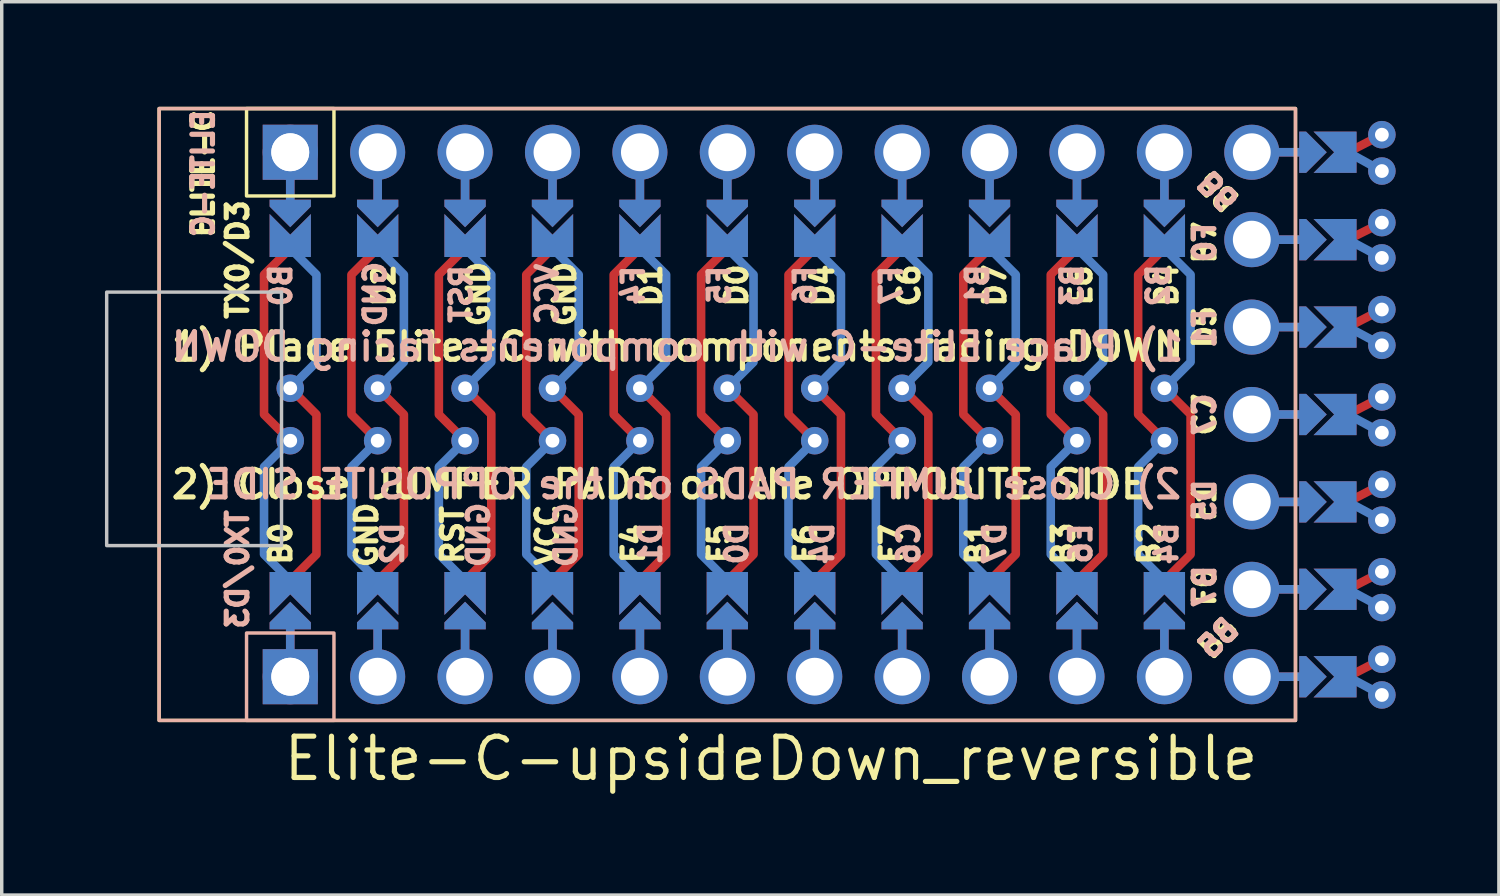
<source format=kicad_pcb>
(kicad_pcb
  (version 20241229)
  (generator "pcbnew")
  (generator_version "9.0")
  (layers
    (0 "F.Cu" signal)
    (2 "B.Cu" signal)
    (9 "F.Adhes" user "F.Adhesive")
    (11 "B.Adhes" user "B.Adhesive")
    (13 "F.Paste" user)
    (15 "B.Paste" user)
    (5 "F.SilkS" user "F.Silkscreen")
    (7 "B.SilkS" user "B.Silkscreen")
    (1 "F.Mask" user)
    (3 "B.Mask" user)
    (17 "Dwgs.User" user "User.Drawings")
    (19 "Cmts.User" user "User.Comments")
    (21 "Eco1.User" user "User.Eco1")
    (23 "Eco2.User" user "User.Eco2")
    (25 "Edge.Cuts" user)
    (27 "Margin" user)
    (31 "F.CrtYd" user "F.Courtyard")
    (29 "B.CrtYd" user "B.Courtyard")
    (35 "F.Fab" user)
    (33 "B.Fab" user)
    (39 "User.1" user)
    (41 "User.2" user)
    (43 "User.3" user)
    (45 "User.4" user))
  (footprint "Elite-C-upsideDown_reversible"
    (layer "F.Cu")
    (at 19.354 8.994)
    (property "Reference" "Elite-C-upsideDown_reversible" (at 0 10 0) (layer "F.SilkS") (effects (font (size 1.2 1.2) (thickness 0.15))))
    (attr through_hole)
    (fp_circle (center -13.97 -0.762) (end -13.845 -0.762) (stroke (width 0.25) (type solid)) (fill no) (layer "F.Mask"))
    (fp_circle (center -13.97 0.762) (end -13.845 0.762) (stroke (width 0.25) (type solid)) (fill no) (layer "F.Mask"))
    (fp_circle (center -11.43 -0.762) (end -11.305 -0.762) (stroke (width 0.25) (type solid)) (fill no) (layer "F.Mask"))
    (fp_circle (center -11.43 0.762) (end -11.305 0.762) (stroke (width 0.25) (type solid)) (fill no) (layer "F.Mask"))
    (fp_circle (center -8.89 -0.762) (end -8.765 -0.762) (stroke (width 0.25) (type solid)) (fill no) (layer "F.Mask"))
    (fp_circle (center -8.89 0.762) (end -8.765 0.762) (stroke (width 0.25) (type solid)) (fill no) (layer "F.Mask"))
    (fp_circle (center -6.35 -0.762) (end -6.225 -0.762) (stroke (width 0.25) (type solid)) (fill no) (layer "F.Mask"))
    (fp_circle (center -6.35 0.762) (end -6.225 0.762) (stroke (width 0.25) (type solid)) (fill no) (layer "F.Mask"))
    (fp_circle (center -3.81 -0.762) (end -3.685 -0.762) (stroke (width 0.25) (type solid)) (fill no) (layer "F.Mask"))
    (fp_circle (center -3.81 0.762) (end -3.685 0.762) (stroke (width 0.25) (type solid)) (fill no) (layer "F.Mask"))
    (fp_circle (center -1.27 -0.762) (end -1.145 -0.762) (stroke (width 0.25) (type solid)) (fill no) (layer "F.Mask"))
    (fp_circle (center -1.27 0.762) (end -1.145 0.762) (stroke (width 0.25) (type solid)) (fill no) (layer "F.Mask"))
    (fp_circle (center 1.27 -0.762) (end 1.395 -0.762) (stroke (width 0.25) (type solid)) (fill no) (layer "F.Mask"))
    (fp_circle (center 1.27 0.762) (end 1.395 0.762) (stroke (width 0.25) (type solid)) (fill no) (layer "F.Mask"))
    (fp_circle (center 3.81 -0.762) (end 3.935 -0.762) (stroke (width 0.25) (type solid)) (fill no) (layer "F.Mask"))
    (fp_circle (center 3.81 0.762) (end 3.935 0.762) (stroke (width 0.25) (type solid)) (fill no) (layer "F.Mask"))
    (fp_circle (center 6.35 -0.762) (end 6.475 -0.762) (stroke (width 0.25) (type solid)) (fill no) (layer "F.Mask"))
    (fp_circle (center 6.35 0.762) (end 6.475 0.762) (stroke (width 0.25) (type solid)) (fill no) (layer "F.Mask"))
    (fp_circle (center 8.89 -0.762) (end 9.015 -0.762) (stroke (width 0.25) (type solid)) (fill no) (layer "F.Mask"))
    (fp_circle (center 8.89 0.762) (end 9.015 0.762) (stroke (width 0.25) (type solid)) (fill no) (layer "F.Mask"))
    (fp_circle (center 11.43 -0.762) (end 11.555 -0.762) (stroke (width 0.25) (type solid)) (fill no) (layer "F.Mask"))
    (fp_circle (center 11.43 0.762) (end 11.555 0.762) (stroke (width 0.25) (type solid)) (fill no) (layer "F.Mask"))
    (fp_circle (center 17.75 -8.13) (end 17.875 -8.13) (stroke (width 0.25) (type solid)) (fill no) (layer "F.Mask"))
    (fp_circle (center 17.75 -5.575) (end 17.875 -5.575) (stroke (width 0.25) (type solid)) (fill no) (layer "F.Mask"))
    (fp_circle (center 17.75 -3.05) (end 17.875 -3.05) (stroke (width 0.25) (type solid)) (fill no) (layer "F.Mask"))
    (fp_circle (center 17.75 -0.51) (end 17.875 -0.51) (stroke (width 0.25) (type solid)) (fill no) (layer "F.Mask"))
    (fp_circle (center 17.75 2.03) (end 17.875 2.03) (stroke (width 0.25) (type solid)) (fill no) (layer "F.Mask"))
    (fp_circle (center 17.75 4.57) (end 17.875 4.57) (stroke (width 0.25) (type solid)) (fill no) (layer "F.Mask"))
    (fp_circle (center 17.75 7.11) (end 17.875 7.11) (stroke (width 0.25) (type solid)) (fill no) (layer "F.Mask"))
    (fp_poly (pts (xy -14.478 -5.08) (xy -13.462 -5.08) (xy -13.462 -6.096) (xy -14.478 -6.096)) (stroke (width 0.1) (type solid)) (fill yes) (layer "F.Mask"))
    (fp_poly (pts (xy -13.462 5.08) (xy -14.478 5.08) (xy -14.478 6.096) (xy -13.462 6.096)) (stroke (width 0.1) (type solid)) (fill yes) (layer "F.Mask"))
    (fp_poly (pts (xy -11.938 -5.08) (xy -10.922 -5.08) (xy -10.922 -6.096) (xy -11.938 -6.096)) (stroke (width 0.1) (type solid)) (fill yes) (layer "F.Mask"))
    (fp_poly (pts (xy -10.922 5.08) (xy -11.938 5.08) (xy -11.938 6.096) (xy -10.922 6.096)) (stroke (width 0.1) (type solid)) (fill yes) (layer "F.Mask"))
    (fp_poly (pts (xy -9.398 -5.08) (xy -8.382 -5.08) (xy -8.382 -6.096) (xy -9.398 -6.096)) (stroke (width 0.1) (type solid)) (fill yes) (layer "F.Mask"))
    (fp_poly (pts (xy -8.382 5.08) (xy -9.398 5.08) (xy -9.398 6.096) (xy -8.382 6.096)) (stroke (width 0.1) (type solid)) (fill yes) (layer "F.Mask"))
    (fp_poly (pts (xy -6.858 -5.08) (xy -5.842 -5.08) (xy -5.842 -6.096) (xy -6.858 -6.096)) (stroke (width 0.1) (type solid)) (fill yes) (layer "F.Mask"))
    (fp_poly (pts (xy -5.842 5.08) (xy -6.858 5.08) (xy -6.858 6.096) (xy -5.842 6.096)) (stroke (width 0.1) (type solid)) (fill yes) (layer "F.Mask"))
    (fp_poly (pts (xy -4.318 -5.08) (xy -3.302 -5.08) (xy -3.302 -6.096) (xy -4.318 -6.096)) (stroke (width 0.1) (type solid)) (fill yes) (layer "F.Mask"))
    (fp_poly (pts (xy -3.302 5.08) (xy -4.318 5.08) (xy -4.318 6.096) (xy -3.302 6.096)) (stroke (width 0.1) (type solid)) (fill yes) (layer "F.Mask"))
    (fp_poly (pts (xy -1.778 -5.08) (xy -0.762 -5.08) (xy -0.762 -6.096) (xy -1.778 -6.096)) (stroke (width 0.1) (type solid)) (fill yes) (layer "F.Mask"))
    (fp_poly (pts (xy -0.762 5.08) (xy -1.778 5.08) (xy -1.778 6.096) (xy -0.762 6.096)) (stroke (width 0.1) (type solid)) (fill yes) (layer "F.Mask"))
    (fp_poly (pts (xy 0.762 -5.08) (xy 1.778 -5.08) (xy 1.778 -6.096) (xy 0.762 -6.096)) (stroke (width 0.1) (type solid)) (fill yes) (layer "F.Mask"))
    (fp_poly (pts (xy 1.778 5.08) (xy 0.762 5.08) (xy 0.762 6.096) (xy 1.778 6.096)) (stroke (width 0.1) (type solid)) (fill yes) (layer "F.Mask"))
    (fp_poly (pts (xy 3.302 -5.08) (xy 4.318 -5.08) (xy 4.318 -6.096) (xy 3.302 -6.096)) (stroke (width 0.1) (type solid)) (fill yes) (layer "F.Mask"))
    (fp_poly (pts (xy 4.318 5.08) (xy 3.302 5.08) (xy 3.302 6.096) (xy 4.318 6.096)) (stroke (width 0.1) (type solid)) (fill yes) (layer "F.Mask"))
    (fp_poly (pts (xy 5.842 -5.08) (xy 6.858 -5.08) (xy 6.858 -6.096) (xy 5.842 -6.096)) (stroke (width 0.1) (type solid)) (fill yes) (layer "F.Mask"))
    (fp_poly (pts (xy 6.858 5.08) (xy 5.842 5.08) (xy 5.842 6.096) (xy 6.858 6.096)) (stroke (width 0.1) (type solid)) (fill yes) (layer "F.Mask"))
    (fp_poly (pts (xy 8.382 -5.08) (xy 9.398 -5.08) (xy 9.398 -6.096) (xy 8.382 -6.096)) (stroke (width 0.1) (type solid)) (fill yes) (layer "F.Mask"))
    (fp_poly (pts (xy 9.398 5.08) (xy 8.382 5.08) (xy 8.382 6.096) (xy 9.398 6.096)) (stroke (width 0.1) (type solid)) (fill yes) (layer "F.Mask"))
    (fp_poly (pts (xy 10.922 -5.08) (xy 11.938 -5.08) (xy 11.938 -6.096) (xy 10.922 -6.096)) (stroke (width 0.1) (type solid)) (fill yes) (layer "F.Mask"))
    (fp_poly (pts (xy 11.938 5.08) (xy 10.922 5.08) (xy 10.922 6.096) (xy 11.938 6.096)) (stroke (width 0.1) (type solid)) (fill yes) (layer "F.Mask"))
    (fp_poly (pts (xy 16.51 -8.128) (xy 16.51 -7.112) (xy 15.494 -7.112) (xy 15.494 -8.128)) (stroke (width 0.1) (type solid)) (fill yes) (layer "F.Mask"))
    (fp_poly (pts (xy 16.51 -5.588) (xy 16.51 -4.572) (xy 15.494 -4.572) (xy 15.494 -5.588)) (stroke (width 0.1) (type solid)) (fill yes) (layer "F.Mask"))
    (fp_poly (pts (xy 16.51 -3.048) (xy 16.51 -2.032) (xy 15.494 -2.032) (xy 15.494 -3.048)) (stroke (width 0.1) (type solid)) (fill yes) (layer "F.Mask"))
    (fp_poly (pts (xy 16.51 -0.508) (xy 16.51 0.508) (xy 15.494 0.508) (xy 15.494 -0.508)) (stroke (width 0.1) (type solid)) (fill yes) (layer "F.Mask"))
    (fp_poly (pts (xy 16.51 2.032) (xy 16.51 3.048) (xy 15.494 3.048) (xy 15.494 2.032)) (stroke (width 0.1) (type solid)) (fill yes) (layer "F.Mask"))
    (fp_poly (pts (xy 16.51 4.572) (xy 16.51 5.588) (xy 15.494 5.588) (xy 15.494 4.572)) (stroke (width 0.1) (type solid)) (fill yes) (layer "F.Mask"))
    (fp_poly (pts (xy 16.51 7.112) (xy 16.51 8.128) (xy 15.494 8.128) (xy 15.494 7.112)) (stroke (width 0.1) (type solid)) (fill yes) (layer "F.Mask"))
    (fp_circle (center -13.97 -0.762) (end -13.845 -0.762) (stroke (width 0.25) (type solid)) (fill no) (layer "B.Mask"))
    (fp_circle (center -13.97 0.762) (end -13.845 0.762) (stroke (width 0.25) (type solid)) (fill no) (layer "B.Mask"))
    (fp_circle (center -11.43 -0.762) (end -11.305 -0.762) (stroke (width 0.25) (type solid)) (fill no) (layer "B.Mask"))
    (fp_circle (center -11.43 0.762) (end -11.305 0.762) (stroke (width 0.25) (type solid)) (fill no) (layer "B.Mask"))
    (fp_circle (center -8.89 -0.762) (end -8.765 -0.762) (stroke (width 0.25) (type solid)) (fill no) (layer "B.Mask"))
    (fp_circle (center -8.89 0.762) (end -8.765 0.762) (stroke (width 0.25) (type solid)) (fill no) (layer "B.Mask"))
    (fp_circle (center -6.35 -0.762) (end -6.225 -0.762) (stroke (width 0.25) (type solid)) (fill no) (layer "B.Mask"))
    (fp_circle (center -6.35 0.762) (end -6.225 0.762) (stroke (width 0.25) (type solid)) (fill no) (layer "B.Mask"))
    (fp_circle (center -3.81 -0.762) (end -3.685 -0.762) (stroke (width 0.25) (type solid)) (fill no) (layer "B.Mask"))
    (fp_circle (center -3.81 0.762) (end -3.685 0.762) (stroke (width 0.25) (type solid)) (fill no) (layer "B.Mask"))
    (fp_circle (center -1.27 -0.762) (end -1.145 -0.762) (stroke (width 0.25) (type solid)) (fill no) (layer "B.Mask"))
    (fp_circle (center -1.27 0.762) (end -1.145 0.762) (stroke (width 0.25) (type solid)) (fill no) (layer "B.Mask"))
    (fp_circle (center 1.27 -0.762) (end 1.395 -0.762) (stroke (width 0.25) (type solid)) (fill no) (layer "B.Mask"))
    (fp_circle (center 1.27 0.762) (end 1.395 0.762) (stroke (width 0.25) (type solid)) (fill no) (layer "B.Mask"))
    (fp_circle (center 3.81 -0.762) (end 3.935 -0.762) (stroke (width 0.25) (type solid)) (fill no) (layer "B.Mask"))
    (fp_circle (center 3.81 0.762) (end 3.935 0.762) (stroke (width 0.25) (type solid)) (fill no) (layer "B.Mask"))
    (fp_circle (center 6.35 -0.762) (end 6.475 -0.762) (stroke (width 0.25) (type solid)) (fill no) (layer "B.Mask"))
    (fp_circle (center 6.35 0.762) (end 6.475 0.762) (stroke (width 0.25) (type solid)) (fill no) (layer "B.Mask"))
    (fp_circle (center 8.89 -0.762) (end 9.015 -0.762) (stroke (width 0.25) (type solid)) (fill no) (layer "B.Mask"))
    (fp_circle (center 8.89 0.762) (end 9.015 0.762) (stroke (width 0.25) (type solid)) (fill no) (layer "B.Mask"))
    (fp_circle (center 11.43 -0.762) (end 11.555 -0.762) (stroke (width 0.25) (type solid)) (fill no) (layer "B.Mask"))
    (fp_circle (center 11.43 0.762) (end 11.555 0.762) (stroke (width 0.25) (type solid)) (fill no) (layer "B.Mask"))
    (fp_circle (center 17.75 -7.074) (end 17.875 -7.074) (stroke (width 0.25) (type solid)) (fill no) (layer "B.Mask"))
    (fp_circle (center 17.75 -4.55) (end 17.875 -4.55) (stroke (width 0.25) (type solid)) (fill no) (layer "B.Mask"))
    (fp_circle (center 17.75 -2.01) (end 17.875 -2.01) (stroke (width 0.25) (type solid)) (fill no) (layer "B.Mask"))
    (fp_circle (center 17.75 0.53) (end 17.875 0.53) (stroke (width 0.25) (type solid)) (fill no) (layer "B.Mask"))
    (fp_circle (center 17.75 3.07) (end 17.875 3.07) (stroke (width 0.25) (type solid)) (fill no) (layer "B.Mask"))
    (fp_circle (center 17.75 5.61) (end 17.875 5.61) (stroke (width 0.25) (type solid)) (fill no) (layer "B.Mask"))
    (fp_circle (center 17.75 8.15) (end 17.875 8.15) (stroke (width 0.25) (type solid)) (fill no) (layer "B.Mask"))
    (fp_poly (pts (xy -14.478 -5.08) (xy -13.462 -5.08) (xy -13.462 -6.096) (xy -14.478 -6.096)) (stroke (width 0.1) (type solid)) (fill yes) (layer "B.Mask"))
    (fp_poly (pts (xy -13.462 5.08) (xy -14.478 5.08) (xy -14.478 6.096) (xy -13.462 6.096)) (stroke (width 0.1) (type solid)) (fill yes) (layer "B.Mask"))
    (fp_poly (pts (xy -11.938 -5.08) (xy -10.922 -5.08) (xy -10.922 -6.096) (xy -11.938 -6.096)) (stroke (width 0.1) (type solid)) (fill yes) (layer "B.Mask"))
    (fp_poly (pts (xy -10.922 5.08) (xy -11.938 5.08) (xy -11.938 6.096) (xy -10.922 6.096)) (stroke (width 0.1) (type solid)) (fill yes) (layer "B.Mask"))
    (fp_poly (pts (xy -9.398 -5.08) (xy -8.382 -5.08) (xy -8.382 -6.096) (xy -9.398 -6.096)) (stroke (width 0.1) (type solid)) (fill yes) (layer "B.Mask"))
    (fp_poly (pts (xy -8.382 5.08) (xy -9.398 5.08) (xy -9.398 6.096) (xy -8.382 6.096)) (stroke (width 0.1) (type solid)) (fill yes) (layer "B.Mask"))
    (fp_poly (pts (xy -6.858 -5.08) (xy -5.842 -5.08) (xy -5.842 -6.096) (xy -6.858 -6.096)) (stroke (width 0.1) (type solid)) (fill yes) (layer "B.Mask"))
    (fp_poly (pts (xy -5.842 5.08) (xy -6.858 5.08) (xy -6.858 6.096) (xy -5.842 6.096)) (stroke (width 0.1) (type solid)) (fill yes) (layer "B.Mask"))
    (fp_poly (pts (xy -4.318 -5.08) (xy -3.302 -5.08) (xy -3.302 -6.096) (xy -4.318 -6.096)) (stroke (width 0.1) (type solid)) (fill yes) (layer "B.Mask"))
    (fp_poly (pts (xy -3.302 5.08) (xy -4.318 5.08) (xy -4.318 6.096) (xy -3.302 6.096)) (stroke (width 0.1) (type solid)) (fill yes) (layer "B.Mask"))
    (fp_poly (pts (xy -1.778 -5.08) (xy -0.762 -5.08) (xy -0.762 -6.096) (xy -1.778 -6.096)) (stroke (width 0.1) (type solid)) (fill yes) (layer "B.Mask"))
    (fp_poly (pts (xy -0.762 5.08) (xy -1.778 5.08) (xy -1.778 6.096) (xy -0.762 6.096)) (stroke (width 0.1) (type solid)) (fill yes) (layer "B.Mask"))
    (fp_poly (pts (xy 0.762 -5.08) (xy 1.778 -5.08) (xy 1.778 -6.096) (xy 0.762 -6.096)) (stroke (width 0.1) (type solid)) (fill yes) (layer "B.Mask"))
    (fp_poly (pts (xy 1.778 5.08) (xy 0.762 5.08) (xy 0.762 6.096) (xy 1.778 6.096)) (stroke (width 0.1) (type solid)) (fill yes) (layer "B.Mask"))
    (fp_poly (pts (xy 3.302 -5.08) (xy 4.318 -5.08) (xy 4.318 -6.096) (xy 3.302 -6.096)) (stroke (width 0.1) (type solid)) (fill yes) (layer "B.Mask"))
    (fp_poly (pts (xy 4.318 5.08) (xy 3.302 5.08) (xy 3.302 6.096) (xy 4.318 6.096)) (stroke (width 0.1) (type solid)) (fill yes) (layer "B.Mask"))
    (fp_poly (pts (xy 5.842 -5.08) (xy 6.858 -5.08) (xy 6.858 -6.096) (xy 5.842 -6.096)) (stroke (width 0.1) (type solid)) (fill yes) (layer "B.Mask"))
    (fp_poly (pts (xy 6.858 5.08) (xy 5.842 5.08) (xy 5.842 6.096) (xy 6.858 6.096)) (stroke (width 0.1) (type solid)) (fill yes) (layer "B.Mask"))
    (fp_poly (pts (xy 8.382 -5.08) (xy 9.398 -5.08) (xy 9.398 -6.096) (xy 8.382 -6.096)) (stroke (width 0.1) (type solid)) (fill yes) (layer "B.Mask"))
    (fp_poly (pts (xy 9.398 5.08) (xy 8.382 5.08) (xy 8.382 6.096) (xy 9.398 6.096)) (stroke (width 0.1) (type solid)) (fill yes) (layer "B.Mask"))
    (fp_poly (pts (xy 10.922 -5.08) (xy 11.938 -5.08) (xy 11.938 -6.096) (xy 10.922 -6.096)) (stroke (width 0.1) (type solid)) (fill yes) (layer "B.Mask"))
    (fp_poly (pts (xy 11.938 5.08) (xy 10.922 5.08) (xy 10.922 6.096) (xy 11.938 6.096)) (stroke (width 0.1) (type solid)) (fill yes) (layer "B.Mask"))
    (fp_poly (pts (xy 16.51 -7.112) (xy 16.51 -8.128) (xy 15.494 -8.128) (xy 15.494 -7.112)) (stroke (width 0.1) (type solid)) (fill yes) (layer "B.Mask"))
    (fp_poly (pts (xy 16.51 -4.572) (xy 16.51 -5.588) (xy 15.494 -5.588) (xy 15.494 -4.572)) (stroke (width 0.1) (type solid)) (fill yes) (layer "B.Mask"))
    (fp_poly (pts (xy 16.51 -2.032) (xy 16.51 -3.048) (xy 15.494 -3.048) (xy 15.494 -2.032)) (stroke (width 0.1) (type solid)) (fill yes) (layer "B.Mask"))
    (fp_poly (pts (xy 16.51 0.508) (xy 16.51 -0.508) (xy 15.494 -0.508) (xy 15.494 0.508)) (stroke (width 0.1) (type solid)) (fill yes) (layer "B.Mask"))
    (fp_poly (pts (xy 16.51 3.048) (xy 16.51 2.032) (xy 15.494 2.032) (xy 15.494 3.048)) (stroke (width 0.1) (type solid)) (fill yes) (layer "B.Mask"))
    (fp_poly (pts (xy 16.51 5.588) (xy 16.51 4.572) (xy 15.494 4.572) (xy 15.494 5.588)) (stroke (width 0.1) (type solid)) (fill yes) (layer "B.Mask"))
    (fp_poly (pts (xy 16.51 8.128) (xy 16.51 7.112) (xy 15.494 7.112) (xy 15.494 8.128)) (stroke (width 0.1) (type solid)) (fill yes) (layer "B.Mask"))
    (fp_rect (start -17.78 -8.89) (end 15.24 8.89) (stroke (width 0.1) (type default)) (fill no) (layer "F.SilkS"))
    (fp_rect (start -15.24 -6.35) (end -12.7 -8.89) (stroke (width 0.1) (type default)) (fill no) (layer "F.SilkS"))
    (fp_rect (start -17.78 -8.89) (end 15.24 8.89) (stroke (width 0.1) (type default)) (fill no) (layer "B.SilkS"))
    (fp_rect (start -15.24 6.35) (end -12.7 8.89) (stroke (width 0.1) (type default)) (fill no) (layer "B.SilkS"))
    (fp_rect (start -19.304 3.81) (end -14.224 -3.556) (stroke (width 0.1) (type default)) (fill no) (layer "Dwgs.User"))
    (fp_text user "D1" (at -3.5 -3.75 90) (layer "F.SilkS") (effects (font (size 0.6 0.6) (thickness 0.15))))
    (fp_text user "GND" (at -6 -3.5 90) (layer "F.SilkS") (effects (font (size 0.6 0.6) (thickness 0.15))))
    (fp_text user "F1" (at 12.6 2.54 90) (layer "F.SilkS") (effects (font (size 0.6 0.6) (thickness 0.15))))
    (fp_text user "B1" (at 6 3.75 90) (layer "F.SilkS") (effects (font (size 0.6 0.6) (thickness 0.15))))
    (fp_text user "TX0/D3" (at -15.5 -4.5 90) (layer "F.SilkS") (effects (font (size 0.6 0.6) (thickness 0.15))))
    (fp_text user "ELITE-C" (at -16.5 -7 90) (layer "F.SilkS") (effects (font (size 0.6 0.6) (thickness 0.15))))
    (fp_text user "GND" (at -11.75 3.5 90) (layer "F.SilkS") (effects (font (size 0.6 0.6) (thickness 0.15))))
    (fp_text user "F6" (at 1 3.75 90) (layer "F.SilkS") (effects (font (size 0.6 0.6) (thickness 0.15))))
    (fp_text user "B3" (at 8.5 3.75 90) (layer "F.SilkS") (effects (font (size 0.6 0.6) (thickness 0.15))))
    (fp_text user "B4" (at 11.5 -3.75 90) (layer "F.SilkS") (effects (font (size 0.6 0.6) (thickness 0.15))))
    (fp_text user "B5" (at 13 -6.5 135) (unlocked yes) (layer "F.SilkS") (effects (font (size 0.6 0.6) (thickness 0.15))))
    (fp_text user "GND" (at -8.5 -3.5 90) (layer "F.SilkS") (effects (font (size 0.6 0.6) (thickness 0.15))))
    (fp_text user "D0" (at -1 -3.75 90) (layer "F.SilkS") (effects (font (size 0.6 0.6) (thickness 0.15))))
    (fp_text user "1) Place Elite-C with components facing DOWN" (at -17.5 -1.5 0) (unlocked yes) (layer "F.SilkS") (effects (font (size 0.8 0.8) (thickness 0.15)) (justify left bottom)))
    (fp_text user "D4" (at 1.5 -3.75 90) (layer "F.SilkS") (effects (font (size 0.6 0.6) (thickness 0.15))))
    (fp_text user "C6" (at 4 -3.75 90) (layer "F.SilkS") (effects (font (size 0.6 0.6) (thickness 0.15))))
    (fp_text user "C7" (at 12.6 0 90) (layer "F.SilkS") (effects (font (size 0.6 0.6) (thickness 0.15))))
    (fp_text user "F4" (at -4 3.75 90) (layer "F.SilkS") (effects (font (size 0.6 0.6) (thickness 0.15))))
    (fp_text user "D7" (at 6.5 -3.75 90) (layer "F.SilkS") (effects (font (size 0.6 0.6) (thickness 0.15))))
    (fp_text user "B7" (at 12.6 -5 90) (layer "F.SilkS") (effects (font (size 0.6 0.6) (thickness 0.15))))
    (fp_text user "F5" (at -1.5 3.75 90) (layer "F.SilkS") (effects (font (size 0.6 0.6) (thickness 0.15))))
    (fp_text user "D2" (at -11.25 -3.75 90) (layer "F.SilkS") (effects (font (size 0.6 0.6) (thickness 0.15))))
    (fp_text user "VCC" (at -6.5 3.5 90) (layer "F.SilkS") (effects (font (size 0.6 0.6) (thickness 0.15))))
    (fp_text user "B0" (at -14.25 3.75 90) (layer "F.SilkS") (effects (font (size 0.6 0.6) (thickness 0.15))))
    (fp_text user "F0" (at 12.6 5 90) (layer "F.SilkS") (effects (font (size 0.6 0.6) (thickness 0.15))))
    (fp_text user "RST" (at -9.25 3.5 90) (layer "F.SilkS") (effects (font (size 0.6 0.6) (thickness 0.15))))
    (fp_text user "B6" (at 13 6.5 45) (unlocked yes) (layer "F.SilkS") (effects (font (size 0.6 0.6) (thickness 0.15))))
    (fp_text user "E6" (at 9 -3.75 90) (layer "F.SilkS") (effects (font (size 0.6 0.6) (thickness 0.15))))
    (fp_text user "D5" (at 12.6 -2.54 90) (layer "F.SilkS") (effects (font (size 0.6 0.6) (thickness 0.15))))
    (fp_text user "2) Close JUMPER PADS on the OPPOSITE SIDE" (at -17.5 2.5 0) (unlocked yes) (layer "F.SilkS") (effects (font (size 0.8 0.8) (thickness 0.15)) (justify left bottom)))
    (fp_text user "B2" (at 11 3.75 90) (layer "F.SilkS") (effects (font (size 0.6 0.6) (thickness 0.15))))
    (fp_text user "F7" (at 3.5 3.75 90) (layer "F.SilkS") (effects (font (size 0.6 0.6) (thickness 0.15))))
    (fp_text user "VCC" (at -6.5 -3.5 90) (layer "B.SilkS") (effects (font (size 0.6 0.6) (thickness 0.15)) (justify mirror)))
    (fp_text user "D1" (at -3.5 3.75 90) (layer "B.SilkS") (effects (font (size 0.6 0.6) (thickness 0.15)) (justify mirror)))
    (fp_text user "TX0/D3" (at -15.5 4.5 90) (layer "B.SilkS") (effects (font (size 0.6 0.6) (thickness 0.15)) (justify mirror)))
    (fp_text user "B0" (at -14.25 -3.75 90) (layer "B.SilkS") (effects (font (size 0.6 0.6) (thickness 0.15)) (justify mirror)))
    (fp_text user "D0" (at -1 3.75 90) (layer "B.SilkS") (effects (font (size 0.6 0.6) (thickness 0.15)) (justify mirror)))
    (fp_text user "D5" (at 12.6 2.5 90) (layer "B.SilkS") (effects (font (size 0.6 0.6) (thickness 0.15)) (justify mirror)))
    (fp_text user "2) Close JUMPER PADS on the OPPOSITE SIDE" (at -16.5 2.5 0) (unlocked yes) (layer "B.SilkS") (effects (font (size 0.8 0.8) (thickness 0.15)) (justify right bottom mirror)))
    (fp_text user "ELITE-C" (at -16.5 -7 90) (layer "B.SilkS") (effects (font (size 0.6 0.6) (thickness 0.15)) (justify mirror)))
    (fp_text user "B4" (at 11.5 3.75 90) (layer "B.SilkS") (effects (font (size 0.6 0.6) (thickness 0.15)) (justify mirror)))
    (fp_text user "F7" (at 3.5 -3.75 90) (layer "B.SilkS") (effects (font (size 0.6 0.6) (thickness 0.15)) (justify mirror)))
    (fp_text user "F6" (at 1 -3.75 90) (layer "B.SilkS") (effects (font (size 0.6 0.6) (thickness 0.15)) (justify mirror)))
    (fp_text user "B6" (at 13 -6.5 135) (unlocked yes) (layer "B.SilkS") (effects (font (size 0.6 0.6) (thickness 0.15)) (justify mirror)))
    (fp_text user "GND" (at -11.5 -3.5 90) (layer "B.SilkS") (effects (font (size 0.6 0.6) (thickness 0.15)) (justify mirror)))
    (fp_text user "GND" (at -5.96 3.5 90) (layer "B.SilkS") (effects (font (size 0.6 0.6) (thickness 0.15)) (justify mirror)))
    (fp_text user "F1" (at 12.6 -2.5 90) (layer "B.SilkS") (effects (font (size 0.6 0.6) (thickness 0.15)) (justify mirror)))
    (fp_text user "B1" (at 6 -3.75 90) (layer "B.SilkS") (effects (font (size 0.6 0.6) (thickness 0.15)) (justify mirror)))
    (fp_text user "D7" (at 6.5 3.75 90) (layer "B.SilkS") (effects (font (size 0.6 0.6) (thickness 0.15)) (justify mirror)))
    (fp_text user "C7" (at 12.6 0 90) (layer "B.SilkS") (effects (font (size 0.6 0.6) (thickness 0.15)) (justify mirror)))
    (fp_text user "B7" (at 12.6 5 90) (layer "B.SilkS") (effects (font (size 0.6 0.6) (thickness 0.15)) (justify mirror)))
    (fp_text user "D2" (at -11 3.75 90) (layer "B.SilkS") (effects (font (size 0.6 0.6) (thickness 0.15)) (justify mirror)))
    (fp_text user "B2" (at 11.25 -3.75 90) (layer "B.SilkS") (effects (font (size 0.6 0.6) (thickness 0.15)) (justify mirror)))
    (fp_text user "C6" (at 4 3.75 90) (layer "B.SilkS") (effects (font (size 0.6 0.6) (thickness 0.15)) (justify mirror)))
    (fp_text user "1) Place Elite-C with components facing DOWN" (at -17.5 -1.5 0) (unlocked yes) (layer "B.SilkS") (effects (font (size 0.8 0.8) (thickness 0.15)) (justify right bottom mirror)))
    (fp_text user "F0" (at 12.6 -5 90) (layer "B.SilkS") (effects (font (size 0.6 0.6) (thickness 0.15)) (justify mirror)))
    (fp_text user "F5" (at -1.5 -3.75 90) (layer "B.SilkS") (effects (font (size 0.6 0.6) (thickness 0.15)) (justify mirror)))
    (fp_text user "D4" (at 1.5 3.75 90) (layer "B.SilkS") (effects (font (size 0.6 0.6) (thickness 0.15)) (justify mirror)))
    (fp_text user "B3" (at 8.75 -3.75 90) (layer "B.SilkS") (effects (font (size 0.6 0.6) (thickness 0.15)) (justify mirror)))
    (fp_text user "GND" (at -8.5 3.5 90) (layer "B.SilkS") (effects (font (size 0.6 0.6) (thickness 0.15)) (justify mirror)))
    (fp_text user "RST" (at -9 -3.5 90) (layer "B.SilkS") (effects (font (size 0.6 0.6) (thickness 0.15)) (justify mirror)))
    (fp_text user "B5" (at 13 6.5 45) (layer "B.SilkS") (effects (font (size 0.6 0.6) (thickness 0.15)) (justify mirror)))
    (fp_text user "F4" (at -4 -3.75 90) (layer "B.SilkS") (effects (font (size 0.6 0.6) (thickness 0.15)) (justify mirror)))
    (fp_text user "E6" (at 9 3.75 90) (layer "B.SilkS") (effects (font (size 0.6 0.6) (thickness 0.15)) (justify mirror)))
    (pad "" thru_hole circle (at -13.97 -7.62) (size 1.6 1.6) (drill 1.1) (layers "*.Cu" "*.Mask"))
    (pad "" thru_hole rect (at -13.97 -7.62) (size 1.6 1.6) (drill 1.1) (layers "B.Cu" "B.Mask"))
    (pad "" smd custom (at -13.97 -6.35 180) (size 0.25 1) (layers "F.Cu") (options (anchor rect)) (primitives))
    (pad "" smd custom (at -13.97 -6.35 180) (size 0.25 1) (layers "B.Cu") (options (anchor rect)) (primitives))
    (pad "" smd custom (at -13.97 -5.842 180) (size 0.1 0.1) (layers "F.Cu" "F.Mask") (options (anchor rect)) (primitives (gr_poly (pts (xy 0.6 0.4) (xy -0.6 0.4) (xy -0.6 0.2) (xy 0 -0.4) (xy 0.6 0.2)) (width 0) (fill yes))))
    (pad "" smd custom (at -13.97 -5.842 180) (size 0.1 0.1) (layers "B.Cu" "B.Mask") (options (anchor rect)) (primitives (gr_poly (pts (xy 0.6 0.4) (xy -0.6 0.4) (xy -0.6 0.2) (xy 0 -0.4) (xy 0.6 0.2)) (width 0) (fill yes))))
    (pad "" smd custom (at -13.97 5.842) (size 0.1 0.1) (layers "F.Cu" "F.Mask") (options (anchor rect)) (primitives (gr_poly (pts (xy 0.6 0.4) (xy -0.6 0.4) (xy -0.6 0.2) (xy 0 -0.4) (xy 0.6 0.2)) (width 0) (fill yes))))
    (pad "" smd custom (at -13.97 5.842) (size 0.1 0.1) (layers "B.Cu" "B.Mask") (options (anchor rect)) (primitives (gr_poly (pts (xy 0.6 0.4) (xy -0.6 0.4) (xy -0.6 0.2) (xy 0 -0.4) (xy 0.6 0.2)) (width 0) (fill yes))))
    (pad "" smd custom (at -13.97 6.35) (size 0.25 1) (layers "F.Cu") (options (anchor rect)) (primitives))
    (pad "" smd custom (at -13.97 6.35) (size 0.25 1) (layers "B.Cu") (options (anchor rect)) (primitives))
    (pad "" thru_hole circle (at -13.97 7.62) (size 1.6 1.6) (drill 1.1) (layers "*.Cu" "*.Mask"))
    (pad "" thru_hole rect (at -13.97 7.62) (size 1.6 1.6) (drill 1.1) (layers "F.Cu" "F.Mask"))
    (pad "" thru_hole circle (at -11.43 -7.62) (size 1.6 1.6) (drill 1.1) (layers "*.Cu" "*.Mask"))
    (pad "" smd custom (at -11.43 -6.35 180) (size 0.25 1) (layers "F.Cu") (options (anchor rect)) (primitives))
    (pad "" smd custom (at -11.43 -6.35 180) (size 0.25 1) (layers "B.Cu") (options (anchor rect)) (primitives))
    (pad "" smd custom (at -11.43 -5.842 180) (size 0.1 0.1) (layers "F.Cu" "F.Mask") (options (anchor rect)) (primitives (gr_poly (pts (xy 0.6 0.4) (xy -0.6 0.4) (xy -0.6 0.2) (xy 0 -0.4) (xy 0.6 0.2)) (width 0) (fill yes))))
    (pad "" smd custom (at -11.43 -5.842 180) (size 0.1 0.1) (layers "B.Cu" "B.Mask") (options (anchor rect)) (primitives (gr_poly (pts (xy 0.6 0.4) (xy -0.6 0.4) (xy -0.6 0.2) (xy 0 -0.4) (xy 0.6 0.2)) (width 0) (fill yes))))
    (pad "" smd custom (at -11.43 5.842) (size 0.1 0.1) (layers "F.Cu" "F.Mask") (options (anchor rect)) (primitives (gr_poly (pts (xy 0.6 0.4) (xy -0.6 0.4) (xy -0.6 0.2) (xy 0 -0.4) (xy 0.6 0.2)) (width 0) (fill yes))))
    (pad "" smd custom (at -11.43 5.842) (size 0.1 0.1) (layers "B.Cu" "B.Mask") (options (anchor rect)) (primitives (gr_poly (pts (xy 0.6 0.4) (xy -0.6 0.4) (xy -0.6 0.2) (xy 0 -0.4) (xy 0.6 0.2)) (width 0) (fill yes))))
    (pad "" smd custom (at -11.43 6.35) (size 0.25 1) (layers "F.Cu") (options (anchor rect)) (primitives))
    (pad "" smd custom (at -11.43 6.35) (size 0.25 1) (layers "B.Cu") (options (anchor rect)) (primitives))
    (pad "" thru_hole circle (at -11.43 7.62) (size 1.6 1.6) (drill 1.1) (layers "*.Cu" "*.Mask"))
    (pad "" thru_hole circle (at -8.89 -7.62) (size 1.6 1.6) (drill 1.1) (layers "*.Cu" "*.Mask"))
    (pad "" smd custom (at -8.89 -6.35 180) (size 0.25 1) (layers "F.Cu") (options (anchor rect)) (primitives))
    (pad "" smd custom (at -8.89 -6.35 180) (size 0.25 1) (layers "B.Cu") (options (anchor rect)) (primitives))
    (pad "" smd custom (at -8.89 -5.842 180) (size 0.1 0.1) (layers "F.Cu" "F.Mask") (options (anchor rect)) (primitives (gr_poly (pts (xy 0.6 0.4) (xy -0.6 0.4) (xy -0.6 0.2) (xy 0 -0.4) (xy 0.6 0.2)) (width 0) (fill yes))))
    (pad "" smd custom (at -8.89 -5.842 180) (size 0.1 0.1) (layers "B.Cu" "B.Mask") (options (anchor rect)) (primitives (gr_poly (pts (xy 0.6 0.4) (xy -0.6 0.4) (xy -0.6 0.2) (xy 0 -0.4) (xy 0.6 0.2)) (width 0) (fill yes))))
    (pad "" smd custom (at -8.89 5.842) (size 0.1 0.1) (layers "F.Cu" "F.Mask") (options (anchor rect)) (primitives (gr_poly (pts (xy 0.6 0.4) (xy -0.6 0.4) (xy -0.6 0.2) (xy 0 -0.4) (xy 0.6 0.2)) (width 0) (fill yes))))
    (pad "" smd custom (at -8.89 5.842) (size 0.1 0.1) (layers "B.Cu" "B.Mask") (options (anchor rect)) (primitives (gr_poly (pts (xy 0.6 0.4) (xy -0.6 0.4) (xy -0.6 0.2) (xy 0 -0.4) (xy 0.6 0.2)) (width 0) (fill yes))))
    (pad "" smd custom (at -8.89 6.35) (size 0.25 1) (layers "F.Cu") (options (anchor rect)) (primitives))
    (pad "" smd custom (at -8.89 6.35) (size 0.25 1) (layers "B.Cu") (options (anchor rect)) (primitives))
    (pad "" thru_hole circle (at -8.89 7.62) (size 1.6 1.6) (drill 1.1) (layers "*.Cu" "*.Mask"))
    (pad "" thru_hole circle (at -6.35 -7.62) (size 1.6 1.6) (drill 1.1) (layers "*.Cu" "*.Mask"))
    (pad "" smd custom (at -6.35 -6.35 180) (size 0.25 1) (layers "F.Cu") (options (anchor rect)) (primitives))
    (pad "" smd custom (at -6.35 -6.35 180) (size 0.25 1) (layers "B.Cu") (options (anchor rect)) (primitives))
    (pad "" smd custom (at -6.35 -5.842 180) (size 0.1 0.1) (layers "F.Cu" "F.Mask") (options (anchor rect)) (primitives (gr_poly (pts (xy 0.6 0.4) (xy -0.6 0.4) (xy -0.6 0.2) (xy 0 -0.4) (xy 0.6 0.2)) (width 0) (fill yes))))
    (pad "" smd custom (at -6.35 -5.842 180) (size 0.1 0.1) (layers "B.Cu" "B.Mask") (options (anchor rect)) (primitives (gr_poly (pts (xy 0.6 0.4) (xy -0.6 0.4) (xy -0.6 0.2) (xy 0 -0.4) (xy 0.6 0.2)) (width 0) (fill yes))))
    (pad "" smd custom (at -6.35 5.842) (size 0.1 0.1) (layers "F.Cu" "F.Mask") (options (anchor rect)) (primitives (gr_poly (pts (xy 0.6 0.4) (xy -0.6 0.4) (xy -0.6 0.2) (xy 0 -0.4) (xy 0.6 0.2)) (width 0) (fill yes))))
    (pad "" smd custom (at -6.35 5.842) (size 0.1 0.1) (layers "B.Cu" "B.Mask") (options (anchor rect)) (primitives (gr_poly (pts (xy 0.6 0.4) (xy -0.6 0.4) (xy -0.6 0.2) (xy 0 -0.4) (xy 0.6 0.2)) (width 0) (fill yes))))
    (pad "" smd custom (at -6.35 6.35) (size 0.25 1) (layers "F.Cu") (options (anchor rect)) (primitives))
    (pad "" smd custom (at -6.35 6.35) (size 0.25 1) (layers "B.Cu") (options (anchor rect)) (primitives))
    (pad "" thru_hole circle (at -6.35 7.62) (size 1.6 1.6) (drill 1.1) (layers "*.Cu" "*.Mask"))
    (pad "" thru_hole circle (at -3.81 -7.62) (size 1.6 1.6) (drill 1.1) (layers "*.Cu" "*.Mask"))
    (pad "" smd custom (at -3.81 -6.35 180) (size 0.25 1) (layers "F.Cu") (options (anchor rect)) (primitives))
    (pad "" smd custom (at -3.81 -6.35 180) (size 0.25 1) (layers "B.Cu") (options (anchor rect)) (primitives))
    (pad "" smd custom (at -3.81 -5.842 180) (size 0.1 0.1) (layers "F.Cu" "F.Mask") (options (anchor rect)) (primitives (gr_poly (pts (xy 0.6 0.4) (xy -0.6 0.4) (xy -0.6 0.2) (xy 0 -0.4) (xy 0.6 0.2)) (width 0) (fill yes))))
    (pad "" smd custom (at -3.81 -5.842 180) (size 0.1 0.1) (layers "B.Cu" "B.Mask") (options (anchor rect)) (primitives (gr_poly (pts (xy 0.6 0.4) (xy -0.6 0.4) (xy -0.6 0.2) (xy 0 -0.4) (xy 0.6 0.2)) (width 0) (fill yes))))
    (pad "" smd custom (at -3.81 5.842) (size 0.1 0.1) (layers "F.Cu" "F.Mask") (options (anchor rect)) (primitives (gr_poly (pts (xy 0.6 0.4) (xy -0.6 0.4) (xy -0.6 0.2) (xy 0 -0.4) (xy 0.6 0.2)) (width 0) (fill yes))))
    (pad "" smd custom (at -3.81 5.842) (size 0.1 0.1) (layers "B.Cu" "B.Mask") (options (anchor rect)) (primitives (gr_poly (pts (xy 0.6 0.4) (xy -0.6 0.4) (xy -0.6 0.2) (xy 0 -0.4) (xy 0.6 0.2)) (width 0) (fill yes))))
    (pad "" smd custom (at -3.81 6.35) (size 0.25 1) (layers "F.Cu") (options (anchor rect)) (primitives))
    (pad "" smd custom (at -3.81 6.35) (size 0.25 1) (layers "B.Cu") (options (anchor rect)) (primitives))
    (pad "" thru_hole circle (at -3.81 7.62) (size 1.6 1.6) (drill 1.1) (layers "*.Cu" "*.Mask"))
    (pad "" thru_hole circle (at -1.27 -7.62) (size 1.6 1.6) (drill 1.1) (layers "*.Cu" "*.Mask"))
    (pad "" smd custom (at -1.27 -6.35 180) (size 0.25 1) (layers "F.Cu") (options (anchor rect)) (primitives))
    (pad "" smd custom (at -1.27 -6.35 180) (size 0.25 1) (layers "B.Cu") (options (anchor rect)) (primitives))
    (pad "" smd custom (at -1.27 -5.842 180) (size 0.1 0.1) (layers "F.Cu" "F.Mask") (options (anchor rect)) (primitives (gr_poly (pts (xy 0.6 0.4) (xy -0.6 0.4) (xy -0.6 0.2) (xy 0 -0.4) (xy 0.6 0.2)) (width 0) (fill yes))))
    (pad "" smd custom (at -1.27 -5.842 180) (size 0.1 0.1) (layers "B.Cu" "B.Mask") (options (anchor rect)) (primitives (gr_poly (pts (xy 0.6 0.4) (xy -0.6 0.4) (xy -0.6 0.2) (xy 0 -0.4) (xy 0.6 0.2)) (width 0) (fill yes))))
    (pad "" smd custom (at -1.27 5.842) (size 0.1 0.1) (layers "F.Cu" "F.Mask") (options (anchor rect)) (primitives (gr_poly (pts (xy 0.6 0.4) (xy -0.6 0.4) (xy -0.6 0.2) (xy 0 -0.4) (xy 0.6 0.2)) (width 0) (fill yes))))
    (pad "" smd custom (at -1.27 5.842) (size 0.1 0.1) (layers "B.Cu" "B.Mask") (options (anchor rect)) (primitives (gr_poly (pts (xy 0.6 0.4) (xy -0.6 0.4) (xy -0.6 0.2) (xy 0 -0.4) (xy 0.6 0.2)) (width 0) (fill yes))))
    (pad "" smd custom (at -1.27 6.35) (size 0.25 1) (layers "F.Cu") (options (anchor rect)) (primitives))
    (pad "" smd custom (at -1.27 6.35) (size 0.25 1) (layers "B.Cu") (options (anchor rect)) (primitives))
    (pad "" thru_hole circle (at -1.27 7.62) (size 1.6 1.6) (drill 1.1) (layers "*.Cu" "*.Mask"))
    (pad "" thru_hole circle (at 1.27 -7.62) (size 1.6 1.6) (drill 1.1) (layers "*.Cu" "*.Mask"))
    (pad "" smd custom (at 1.27 -6.35 180) (size 0.25 1) (layers "F.Cu") (options (anchor rect)) (primitives))
    (pad "" smd custom (at 1.27 -6.35 180) (size 0.25 1) (layers "B.Cu") (options (anchor rect)) (primitives))
    (pad "" smd custom (at 1.27 -5.842 180) (size 0.1 0.1) (layers "F.Cu" "F.Mask") (options (anchor rect)) (primitives (gr_poly (pts (xy 0.6 0.4) (xy -0.6 0.4) (xy -0.6 0.2) (xy 0 -0.4) (xy 0.6 0.2)) (width 0) (fill yes))))
    (pad "" smd custom (at 1.27 -5.842 180) (size 0.1 0.1) (layers "B.Cu" "B.Mask") (options (anchor rect)) (primitives (gr_poly (pts (xy 0.6 0.4) (xy -0.6 0.4) (xy -0.6 0.2) (xy 0 -0.4) (xy 0.6 0.2)) (width 0) (fill yes))))
    (pad "" smd custom (at 1.27 5.842) (size 0.1 0.1) (layers "F.Cu" "F.Mask") (options (anchor rect)) (primitives (gr_poly (pts (xy 0.6 0.4) (xy -0.6 0.4) (xy -0.6 0.2) (xy 0 -0.4) (xy 0.6 0.2)) (width 0) (fill yes))))
    (pad "" smd custom (at 1.27 5.842) (size 0.1 0.1) (layers "B.Cu" "B.Mask") (options (anchor rect)) (primitives (gr_poly (pts (xy 0.6 0.4) (xy -0.6 0.4) (xy -0.6 0.2) (xy 0 -0.4) (xy 0.6 0.2)) (width 0) (fill yes))))
    (pad "" smd custom (at 1.27 6.35) (size 0.25 1) (layers "F.Cu") (options (anchor rect)) (primitives))
    (pad "" smd custom (at 1.27 6.35) (size 0.25 1) (layers "B.Cu") (options (anchor rect)) (primitives))
    (pad "" thru_hole circle (at 1.27 7.62) (size 1.6 1.6) (drill 1.1) (layers "*.Cu" "*.Mask"))
    (pad "" thru_hole circle (at 3.81 -7.62) (size 1.6 1.6) (drill 1.1) (layers "*.Cu" "*.Mask"))
    (pad "" smd custom (at 3.81 -6.35 180) (size 0.25 1) (layers "F.Cu") (options (anchor rect)) (primitives))
    (pad "" smd custom (at 3.81 -6.35 180) (size 0.25 1) (layers "B.Cu") (options (anchor rect)) (primitives))
    (pad "" smd custom (at 3.81 -5.842 180) (size 0.1 0.1) (layers "F.Cu" "F.Mask") (options (anchor rect)) (primitives (gr_poly (pts (xy 0.6 0.4) (xy -0.6 0.4) (xy -0.6 0.2) (xy 0 -0.4) (xy 0.6 0.2)) (width 0) (fill yes))))
    (pad "" smd custom (at 3.81 -5.842 180) (size 0.1 0.1) (layers "B.Cu" "B.Mask") (options (anchor rect)) (primitives (gr_poly (pts (xy 0.6 0.4) (xy -0.6 0.4) (xy -0.6 0.2) (xy 0 -0.4) (xy 0.6 0.2)) (width 0) (fill yes))))
    (pad "" smd custom (at 3.81 5.842) (size 0.1 0.1) (layers "F.Cu" "F.Mask") (options (anchor rect)) (primitives (gr_poly (pts (xy 0.6 0.4) (xy -0.6 0.4) (xy -0.6 0.2) (xy 0 -0.4) (xy 0.6 0.2)) (width 0) (fill yes))))
    (pad "" smd custom (at 3.81 5.842) (size 0.1 0.1) (layers "B.Cu" "B.Mask") (options (anchor rect)) (primitives (gr_poly (pts (xy 0.6 0.4) (xy -0.6 0.4) (xy -0.6 0.2) (xy 0 -0.4) (xy 0.6 0.2)) (width 0) (fill yes))))
    (pad "" smd custom (at 3.81 6.35) (size 0.25 1) (layers "F.Cu") (options (anchor rect)) (primitives))
    (pad "" smd custom (at 3.81 6.35) (size 0.25 1) (layers "B.Cu") (options (anchor rect)) (primitives))
    (pad "" thru_hole circle (at 3.81 7.62) (size 1.6 1.6) (drill 1.1) (layers "*.Cu" "*.Mask"))
    (pad "" thru_hole circle (at 6.35 -7.62) (size 1.6 1.6) (drill 1.1) (layers "*.Cu" "*.Mask"))
    (pad "" smd custom (at 6.35 -6.35 180) (size 0.25 1) (layers "F.Cu") (options (anchor rect)) (primitives))
    (pad "" smd custom (at 6.35 -6.35 180) (size 0.25 1) (layers "B.Cu") (options (anchor rect)) (primitives))
    (pad "" smd custom (at 6.35 -5.842 180) (size 0.1 0.1) (layers "F.Cu" "F.Mask") (options (anchor rect)) (primitives (gr_poly (pts (xy 0.6 0.4) (xy -0.6 0.4) (xy -0.6 0.2) (xy 0 -0.4) (xy 0.6 0.2)) (width 0) (fill yes))))
    (pad "" smd custom (at 6.35 -5.842 180) (size 0.1 0.1) (layers "B.Cu" "B.Mask") (options (anchor rect)) (primitives (gr_poly (pts (xy 0.6 0.4) (xy -0.6 0.4) (xy -0.6 0.2) (xy 0 -0.4) (xy 0.6 0.2)) (width 0) (fill yes))))
    (pad "" smd custom (at 6.35 5.842) (size 0.1 0.1) (layers "F.Cu" "F.Mask") (options (anchor rect)) (primitives (gr_poly (pts (xy 0.6 0.4) (xy -0.6 0.4) (xy -0.6 0.2) (xy 0 -0.4) (xy 0.6 0.2)) (width 0) (fill yes))))
    (pad "" smd custom (at 6.35 5.842) (size 0.1 0.1) (layers "B.Cu" "B.Mask") (options (anchor rect)) (primitives (gr_poly (pts (xy 0.6 0.4) (xy -0.6 0.4) (xy -0.6 0.2) (xy 0 -0.4) (xy 0.6 0.2)) (width 0) (fill yes))))
    (pad "" smd custom (at 6.35 6.35) (size 0.25 1) (layers "F.Cu") (options (anchor rect)) (primitives))
    (pad "" smd custom (at 6.35 6.35) (size 0.25 1) (layers "B.Cu") (options (anchor rect)) (primitives))
    (pad "" thru_hole circle (at 6.35 7.62) (size 1.6 1.6) (drill 1.1) (layers "*.Cu" "*.Mask"))
    (pad "" thru_hole circle (at 8.89 -7.62) (size 1.6 1.6) (drill 1.1) (layers "*.Cu" "*.Mask"))
    (pad "" smd custom (at 8.89 -6.35 180) (size 0.25 1) (layers "F.Cu") (options (anchor rect)) (primitives))
    (pad "" smd custom (at 8.89 -6.35 180) (size 0.25 1) (layers "B.Cu") (options (anchor rect)) (primitives))
    (pad "" smd custom (at 8.89 -5.842 180) (size 0.1 0.1) (layers "F.Cu" "F.Mask") (options (anchor rect)) (primitives (gr_poly (pts (xy 0.6 0.4) (xy -0.6 0.4) (xy -0.6 0.2) (xy 0 -0.4) (xy 0.6 0.2)) (width 0) (fill yes))))
    (pad "" smd custom (at 8.89 -5.842 180) (size 0.1 0.1) (layers "B.Cu" "B.Mask") (options (anchor rect)) (primitives (gr_poly (pts (xy 0.6 0.4) (xy -0.6 0.4) (xy -0.6 0.2) (xy 0 -0.4) (xy 0.6 0.2)) (width 0) (fill yes))))
    (pad "" smd custom (at 8.89 5.842) (size 0.1 0.1) (layers "F.Cu" "F.Mask") (options (anchor rect)) (primitives (gr_poly (pts (xy 0.6 0.4) (xy -0.6 0.4) (xy -0.6 0.2) (xy 0 -0.4) (xy 0.6 0.2)) (width 0) (fill yes))))
    (pad "" smd custom (at 8.89 5.842) (size 0.1 0.1) (layers "B.Cu" "B.Mask") (options (anchor rect)) (primitives (gr_poly (pts (xy 0.6 0.4) (xy -0.6 0.4) (xy -0.6 0.2) (xy 0 -0.4) (xy 0.6 0.2)) (width 0) (fill yes))))
    (pad "" smd custom (at 8.89 6.35) (size 0.25 1) (layers "F.Cu") (options (anchor rect)) (primitives))
    (pad "" smd custom (at 8.89 6.35) (size 0.25 1) (layers "B.Cu") (options (anchor rect)) (primitives))
    (pad "" thru_hole circle (at 8.89 7.62) (size 1.6 1.6) (drill 1.1) (layers "*.Cu" "*.Mask"))
    (pad "" thru_hole circle (at 11.43 -7.62) (size 1.6 1.6) (drill 1.1) (layers "*.Cu" "*.Mask"))
    (pad "" smd custom (at 11.43 -6.35 180) (size 0.25 1) (layers "F.Cu") (options (anchor rect)) (primitives))
    (pad "" smd custom (at 11.43 -6.35 180) (size 0.25 1) (layers "B.Cu") (options (anchor rect)) (primitives))
    (pad "" smd custom (at 11.43 -5.842 180) (size 0.1 0.1) (layers "F.Cu" "F.Mask") (options (anchor rect)) (primitives (gr_poly (pts (xy 0.6 0.4) (xy -0.6 0.4) (xy -0.6 0.2) (xy 0 -0.4) (xy 0.6 0.2)) (width 0) (fill yes))))
    (pad "" smd custom (at 11.43 -5.842 180) (size 0.1 0.1) (layers "B.Cu" "B.Mask") (options (anchor rect)) (primitives (gr_poly (pts (xy 0.6 0.4) (xy -0.6 0.4) (xy -0.6 0.2) (xy 0 -0.4) (xy 0.6 0.2)) (width 0) (fill yes))))
    (pad "" smd custom (at 11.43 5.842) (size 0.1 0.1) (layers "F.Cu" "F.Mask") (options (anchor rect)) (primitives (gr_poly (pts (xy 0.6 0.4) (xy -0.6 0.4) (xy -0.6 0.2) (xy 0 -0.4) (xy 0.6 0.2)) (width 0) (fill yes))))
    (pad "" smd custom (at 11.43 5.842) (size 0.1 0.1) (layers "B.Cu" "B.Mask") (options (anchor rect)) (primitives (gr_poly (pts (xy 0.6 0.4) (xy -0.6 0.4) (xy -0.6 0.2) (xy 0 -0.4) (xy 0.6 0.2)) (width 0) (fill yes))))
    (pad "" smd custom (at 11.43 6.35) (size 0.25 1) (layers "F.Cu") (options (anchor rect)) (primitives))
    (pad "" smd custom (at 11.43 6.35) (size 0.25 1) (layers "B.Cu") (options (anchor rect)) (primitives))
    (pad "" thru_hole circle (at 11.43 7.62) (size 1.6 1.6) (drill 1.1) (layers "*.Cu" "*.Mask"))
    (pad "" thru_hole circle (at 13.97 -7.62 90) (size 1.6 1.6) (drill 1.1) (layers "*.Cu" "*.Mask"))
    (pad "" thru_hole circle (at 13.97 -5.08 90) (size 1.6 1.6) (drill 1.1) (layers "*.Cu" "*.Mask"))
    (pad "" thru_hole circle (at 13.97 -2.54 90) (size 1.6 1.6) (drill 1.1) (layers "*.Cu" "*.Mask"))
    (pad "" thru_hole circle (at 13.97 0 90) (size 1.6 1.6) (drill 1.1) (layers "*.Cu" "*.Mask"))
    (pad "" thru_hole circle (at 13.97 2.54 90) (size 1.6 1.6) (drill 1.1) (layers "*.Cu" "*.Mask"))
    (pad "" thru_hole circle (at 13.97 5.08 90) (size 1.6 1.6) (drill 1.1) (layers "*.Cu" "*.Mask"))
    (pad "" thru_hole circle (at 13.97 7.62 90) (size 1.6 1.6) (drill 1.1) (layers "*.Cu" "*.Mask"))
    (pad "" smd custom (at 15.24 -7.62 90) (size 0.25 1) (layers "F.Cu") (options (anchor rect)) (primitives))
    (pad "" smd custom (at 15.24 -7.62 270) (size 0.25 1) (layers "B.Cu") (options (anchor rect)) (primitives))
    (pad "" smd custom (at 15.24 -5.08 90) (size 0.25 1) (layers "F.Cu") (options (anchor rect)) (primitives))
    (pad "" smd custom (at 15.24 -5.08 270) (size 0.25 1) (layers "B.Cu") (options (anchor rect)) (primitives))
    (pad "" smd custom (at 15.24 -2.54 90) (size 0.25 1) (layers "F.Cu") (options (anchor rect)) (primitives))
    (pad "" smd custom (at 15.24 -2.54 270) (size 0.25 1) (layers "B.Cu") (options (anchor rect)) (primitives))
    (pad "" smd custom (at 15.24 0 90) (size 0.25 1) (layers "F.Cu") (options (anchor rect)) (primitives))
    (pad "" smd custom (at 15.24 0 270) (size 0.25 1) (layers "B.Cu") (options (anchor rect)) (primitives))
    (pad "" smd custom (at 15.24 2.54 90) (size 0.25 1) (layers "F.Cu") (options (anchor rect)) (primitives))
    (pad "" smd custom (at 15.24 2.54 270) (size 0.25 1) (layers "B.Cu") (options (anchor rect)) (primitives))
    (pad "" smd custom (at 15.24 5.08 90) (size 0.25 1) (layers "F.Cu") (options (anchor rect)) (primitives))
    (pad "" smd custom (at 15.24 5.08 270) (size 0.25 1) (layers "B.Cu") (options (anchor rect)) (primitives))
    (pad "" smd custom (at 15.24 7.62 90) (size 0.25 1) (layers "F.Cu") (options (anchor rect)) (primitives))
    (pad "" smd custom (at 15.24 7.62 270) (size 0.25 1) (layers "B.Cu") (options (anchor rect)) (primitives))
    (pad "" smd custom (at 15.748 -7.62 90) (size 0.1 0.1) (layers "F.Cu" "B.Mask") (options (anchor rect)) (primitives (gr_poly (pts (xy 0.6 -0.4) (xy -0.6 -0.4) (xy -0.6 -0.2) (xy 0 0.4) (xy 0.6 -0.2)) (width 0) (fill yes))))
    (pad "" smd custom (at 15.748 -7.62 270) (size 0.1 0.1) (layers "B.Cu" "B.Mask") (options (anchor rect)) (primitives (gr_poly (pts (xy 0.6 0.4) (xy -0.6 0.4) (xy -0.6 0.2) (xy 0 -0.4) (xy 0.6 0.2)) (width 0) (fill yes))))
    (pad "" smd custom (at 15.748 -5.08 90) (size 0.1 0.1) (layers "F.Cu" "B.Mask") (options (anchor rect)) (primitives (gr_poly (pts (xy 0.6 -0.4) (xy -0.6 -0.4) (xy -0.6 -0.2) (xy 0 0.4) (xy 0.6 -0.2)) (width 0) (fill yes))))
    (pad "" smd custom (at 15.748 -5.08 270) (size 0.1 0.1) (layers "B.Cu" "B.Mask") (options (anchor rect)) (primitives (gr_poly (pts (xy 0.6 0.4) (xy -0.6 0.4) (xy -0.6 0.2) (xy 0 -0.4) (xy 0.6 0.2)) (width 0) (fill yes))))
    (pad "" smd custom (at 15.748 -2.54 90) (size 0.1 0.1) (layers "F.Cu" "B.Mask") (options (anchor rect)) (primitives (gr_poly (pts (xy 0.6 -0.4) (xy -0.6 -0.4) (xy -0.6 -0.2) (xy 0 0.4) (xy 0.6 -0.2)) (width 0) (fill yes))))
    (pad "" smd custom (at 15.748 -2.54 270) (size 0.1 0.1) (layers "B.Cu" "B.Mask") (options (anchor rect)) (primitives (gr_poly (pts (xy 0.6 0.4) (xy -0.6 0.4) (xy -0.6 0.2) (xy 0 -0.4) (xy 0.6 0.2)) (width 0) (fill yes))))
    (pad "" smd custom (at 15.748 0 90) (size 0.1 0.1) (layers "F.Cu" "B.Mask") (options (anchor rect)) (primitives (gr_poly (pts (xy 0.6 -0.4) (xy -0.6 -0.4) (xy -0.6 -0.2) (xy 0 0.4) (xy 0.6 -0.2)) (width 0) (fill yes))))
    (pad "" smd custom (at 15.748 0 270) (size 0.1 0.1) (layers "B.Cu" "B.Mask") (options (anchor rect)) (primitives (gr_poly (pts (xy 0.6 0.4) (xy -0.6 0.4) (xy -0.6 0.2) (xy 0 -0.4) (xy 0.6 0.2)) (width 0) (fill yes))))
    (pad "" smd custom (at 15.748 2.54 90) (size 0.1 0.1) (layers "F.Cu" "B.Mask") (options (anchor rect)) (primitives (gr_poly (pts (xy 0.6 -0.4) (xy -0.6 -0.4) (xy -0.6 -0.2) (xy 0 0.4) (xy 0.6 -0.2)) (width 0) (fill yes))))
    (pad "" smd custom (at 15.748 2.54 270) (size 0.1 0.1) (layers "B.Cu" "B.Mask") (options (anchor rect)) (primitives (gr_poly (pts (xy 0.6 0.4) (xy -0.6 0.4) (xy -0.6 0.2) (xy 0 -0.4) (xy 0.6 0.2)) (width 0) (fill yes))))
    (pad "" smd custom (at 15.748 5.08 90) (size 0.1 0.1) (layers "F.Cu" "B.Mask") (options (anchor rect)) (primitives (gr_poly (pts (xy 0.6 -0.4) (xy -0.6 -0.4) (xy -0.6 -0.2) (xy 0 0.4) (xy 0.6 -0.2)) (width 0) (fill yes))))
    (pad "" smd custom (at 15.748 5.08 270) (size 0.1 0.1) (layers "B.Cu" "B.Mask") (options (anchor rect)) (primitives (gr_poly (pts (xy 0.6 0.4) (xy -0.6 0.4) (xy -0.6 0.2) (xy 0 -0.4) (xy 0.6 0.2)) (width 0) (fill yes))))
    (pad "" smd custom (at 15.748 7.62 90) (size 0.1 0.1) (layers "F.Cu" "B.Mask") (options (anchor rect)) (primitives (gr_poly (pts (xy 0.6 -0.4) (xy -0.6 -0.4) (xy -0.6 -0.2) (xy 0 0.4) (xy 0.6 -0.2)) (width 0) (fill yes))))
    (pad "" smd custom (at 15.748 7.62 270) (size 0.1 0.1) (layers "B.Cu" "B.Mask") (options (anchor rect)) (primitives (gr_poly (pts (xy 0.6 0.4) (xy -0.6 0.4) (xy -0.6 0.2) (xy 0 -0.4) (xy 0.6 0.2)) (width 0) (fill yes))))
    (pad "1" smd custom (at -13.97 -4.826 180) (size 1.2 0.5) (layers "B.Cu" "B.Mask") (options (anchor rect)) (primitives (gr_poly (pts (xy 0.6 0) (xy -0.6 0) (xy -0.6 1) (xy 0 0.4) (xy 0.6 1)) (width 0) (fill yes))))
    (pad "1" smd custom (at -13.97 -0.762) (size 0.25 0.25) (layers "F.Cu") (options (anchor circle)) (primitives (gr_line (start 0.762 0.762) (end 0 0) (width 0.25)) (gr_line (start 0.762 4.826) (end 0.762 0.762) (width 0.25)) (gr_line (start 0 5.588) (end 0.762 4.826) (width 0.25))))
    (pad "1" smd custom (at -13.97 -0.762) (size 0.25 0.25) (layers "B.Cu") (options (anchor circle)) (primitives (gr_line (start 0 0) (end 0.762 -0.762) (width 0.25)) (gr_line (start 0.762 -0.762) (end 0.762 -3.302) (width 0.25)) (gr_line (start 0.762 -3.302) (end 0 -4.064) (width 0.25))))
    (pad "1" thru_hole circle (at -13.97 -0.762 180) (size 0.8 0.8) (drill 0.4) (layers "*.Cu"))
    (pad "1" smd custom (at -13.97 4.826) (size 1.2 0.5) (layers "F.Cu" "F.Mask") (options (anchor rect)) (primitives (gr_poly (pts (xy 0.6 0) (xy -0.6 0) (xy -0.6 1) (xy 0 0.4) (xy 0.6 1)) (width 0) (fill yes))))
    (pad "2" smd custom (at -11.43 -4.826 180) (size 1.2 0.5) (layers "B.Cu" "B.Mask") (options (anchor rect)) (primitives (gr_poly (pts (xy 0.6 0) (xy -0.6 0) (xy -0.6 1) (xy 0 0.4) (xy 0.6 1)) (width 0) (fill yes))))
    (pad "2" smd custom (at -11.43 -0.762) (size 0.25 0.25) (layers "F.Cu") (options (anchor circle)) (primitives (gr_line (start 0.762 0.762) (end 0 0) (width 0.25)) (gr_line (start 0.762 4.826) (end 0.762 0.762) (width 0.25)) (gr_line (start 0 5.588) (end 0.762 4.826) (width 0.25))))
    (pad "2" smd custom (at -11.43 -0.762) (size 0.25 0.25) (layers "B.Cu") (options (anchor circle)) (primitives (gr_line (start 0 0) (end 0.762 -0.762) (width 0.25)) (gr_line (start 0.762 -0.762) (end 0.762 -3.302) (width 0.25)) (gr_line (start 0.762 -3.302) (end 0 -4.064) (width 0.25))))
    (pad "2" thru_hole circle (at -11.43 -0.762 180) (size 0.8 0.8) (drill 0.4) (layers "*.Cu"))
    (pad "2" smd custom (at -11.43 4.826) (size 1.2 0.5) (layers "F.Cu" "F.Mask") (options (anchor rect)) (primitives (gr_poly (pts (xy 0.6 0) (xy -0.6 0) (xy -0.6 1) (xy 0 0.4) (xy 0.6 1)) (width 0) (fill yes))))
    (pad "3" smd custom (at -8.89 -4.826 180) (size 1.2 0.5) (layers "B.Cu" "B.Mask") (options (anchor rect)) (primitives (gr_poly (pts (xy 0.6 0) (xy -0.6 0) (xy -0.6 1) (xy 0 0.4) (xy 0.6 1)) (width 0) (fill yes))))
    (pad "3" smd custom (at -8.89 -0.762) (size 0.25 0.25) (layers "F.Cu") (options (anchor circle)) (primitives (gr_line (start 0.762 0.762) (end 0 0) (width 0.25)) (gr_line (start 0.762 4.826) (end 0.762 0.762) (width 0.25)) (gr_line (start 0 5.588) (end 0.762 4.826) (width 0.25))))
    (pad "3" smd custom (at -8.89 -0.762) (size 0.25 0.25) (layers "B.Cu") (options (anchor circle)) (primitives (gr_line (start 0 0) (end 0.762 -0.762) (width 0.25)) (gr_line (start 0.762 -0.762) (end 0.762 -3.302) (width 0.25)) (gr_line (start 0.762 -3.302) (end 0 -4.064) (width 0.25))))
    (pad "3" thru_hole circle (at -8.89 -0.762 180) (size 0.8 0.8) (drill 0.4) (layers "*.Cu"))
    (pad "3" smd custom (at -8.89 4.826) (size 1.2 0.5) (layers "F.Cu" "F.Mask") (options (anchor rect)) (primitives (gr_poly (pts (xy 0.6 0) (xy -0.6 0) (xy -0.6 1) (xy 0 0.4) (xy 0.6 1)) (width 0) (fill yes))))
    (pad "4" smd custom (at -6.35 -4.826 180) (size 1.2 0.5) (layers "B.Cu" "B.Mask") (options (anchor rect)) (primitives (gr_poly (pts (xy 0.6 0) (xy -0.6 0) (xy -0.6 1) (xy 0 0.4) (xy 0.6 1)) (width 0) (fill yes))))
    (pad "4" smd custom (at -6.35 -0.762) (size 0.25 0.25) (layers "F.Cu") (options (anchor circle)) (primitives (gr_line (start 0.762 0.762) (end 0 0) (width 0.25)) (gr_line (start 0.762 4.826) (end 0.762 0.762) (width 0.25)) (gr_line (start 0 5.588) (end 0.762 4.826) (width 0.25))))
    (pad "4" smd custom (at -6.35 -0.762) (size 0.25 0.25) (layers "B.Cu") (options (anchor circle)) (primitives (gr_line (start 0 0) (end 0.762 -0.762) (width 0.25)) (gr_line (start 0.762 -0.762) (end 0.762 -3.302) (width 0.25)) (gr_line (start 0.762 -3.302) (end 0 -4.064) (width 0.25))))
    (pad "4" thru_hole circle (at -6.35 -0.762 180) (size 0.8 0.8) (drill 0.4) (layers "*.Cu"))
    (pad "4" smd custom (at -6.35 4.826) (size 1.2 0.5) (layers "F.Cu" "F.Mask") (options (anchor rect)) (primitives (gr_poly (pts (xy 0.6 0) (xy -0.6 0) (xy -0.6 1) (xy 0 0.4) (xy 0.6 1)) (width 0) (fill yes))))
    (pad "5" smd custom (at -3.81 -4.826 180) (size 1.2 0.5) (layers "B.Cu" "B.Mask") (options (anchor rect)) (primitives (gr_poly (pts (xy 0.6 0) (xy -0.6 0) (xy -0.6 1) (xy 0 0.4) (xy 0.6 1)) (width 0) (fill yes))))
    (pad "5" smd custom (at -3.81 -0.762) (size 0.25 0.25) (layers "F.Cu") (options (anchor circle)) (primitives (gr_line (start 0.762 0.762) (end 0 0) (width 0.25)) (gr_line (start 0.762 4.826) (end 0.762 0.762) (width 0.25)) (gr_line (start 0 5.588) (end 0.762 4.826) (width 0.25))))
    (pad "5" smd custom (at -3.81 -0.762) (size 0.25 0.25) (layers "B.Cu") (options (anchor circle)) (primitives (gr_line (start 0 0) (end 0.762 -0.762) (width 0.25)) (gr_line (start 0.762 -0.762) (end 0.762 -3.302) (width 0.25)) (gr_line (start 0.762 -3.302) (end 0 -4.064) (width 0.25))))
    (pad "5" thru_hole circle (at -3.81 -0.762 180) (size 0.8 0.8) (drill 0.4) (layers "*.Cu"))
    (pad "5" smd custom (at -3.81 4.826) (size 1.2 0.5) (layers "F.Cu" "F.Mask") (options (anchor rect)) (primitives (gr_poly (pts (xy 0.6 0) (xy -0.6 0) (xy -0.6 1) (xy 0 0.4) (xy 0.6 1)) (width 0) (fill yes))))
    (pad "6" smd custom (at -1.27 -4.826 180) (size 1.2 0.5) (layers "B.Cu" "B.Mask") (options (anchor rect)) (primitives (gr_poly (pts (xy 0.6 0) (xy -0.6 0) (xy -0.6 1) (xy 0 0.4) (xy 0.6 1)) (width 0) (fill yes))))
    (pad "6" smd custom (at -1.27 -0.762) (size 0.25 0.25) (layers "F.Cu") (options (anchor circle)) (primitives (gr_line (start 0.762 0.762) (end 0 0) (width 0.25)) (gr_line (start 0.762 4.826) (end 0.762 0.762) (width 0.25)) (gr_line (start 0 5.588) (end 0.762 4.826) (width 0.25))))
    (pad "6" smd custom (at -1.27 -0.762) (size 0.25 0.25) (layers "B.Cu") (options (anchor circle)) (primitives (gr_line (start 0 0) (end 0.762 -0.762) (width 0.25)) (gr_line (start 0.762 -0.762) (end 0.762 -3.302) (width 0.25)) (gr_line (start 0.762 -3.302) (end 0 -4.064) (width 0.25))))
    (pad "6" thru_hole circle (at -1.27 -0.762 180) (size 0.8 0.8) (drill 0.4) (layers "*.Cu"))
    (pad "6" smd custom (at -1.27 4.826) (size 1.2 0.5) (layers "F.Cu" "F.Mask") (options (anchor rect)) (primitives (gr_poly (pts (xy 0.6 0) (xy -0.6 0) (xy -0.6 1) (xy 0 0.4) (xy 0.6 1)) (width 0) (fill yes))))
    (pad "7" smd custom (at 1.27 -4.826 180) (size 1.2 0.5) (layers "B.Cu" "B.Mask") (options (anchor rect)) (primitives (gr_poly (pts (xy 0.6 0) (xy -0.6 0) (xy -0.6 1) (xy 0 0.4) (xy 0.6 1)) (width 0) (fill yes))))
    (pad "7" smd custom (at 1.27 -0.762) (size 0.25 0.25) (layers "F.Cu") (options (anchor circle)) (primitives (gr_line (start 0.762 0.762) (end 0 0) (width 0.25)) (gr_line (start 0.762 4.826) (end 0.762 0.762) (width 0.25)) (gr_line (start 0 5.588) (end 0.762 4.826) (width 0.25))))
    (pad "7" smd custom (at 1.27 -0.762) (size 0.25 0.25) (layers "B.Cu") (options (anchor circle)) (primitives (gr_line (start 0 0) (end 0.762 -0.762) (width 0.25)) (gr_line (start 0.762 -0.762) (end 0.762 -3.302) (width 0.25)) (gr_line (start 0.762 -3.302) (end 0 -4.064) (width 0.25))))
    (pad "7" thru_hole circle (at 1.27 -0.762 180) (size 0.8 0.8) (drill 0.4) (layers "*.Cu"))
    (pad "7" smd custom (at 1.27 4.826) (size 1.2 0.5) (layers "F.Cu" "F.Mask") (options (anchor rect)) (primitives (gr_poly (pts (xy 0.6 0) (xy -0.6 0) (xy -0.6 1) (xy 0 0.4) (xy 0.6 1)) (width 0) (fill yes))))
    (pad "8" smd custom (at 3.81 -4.826 180) (size 1.2 0.5) (layers "B.Cu" "B.Mask") (options (anchor rect)) (primitives (gr_poly (pts (xy 0.6 0) (xy -0.6 0) (xy -0.6 1) (xy 0 0.4) (xy 0.6 1)) (width 0) (fill yes))))
    (pad "8" smd custom (at 3.81 -0.762) (size 0.25 0.25) (layers "F.Cu") (options (anchor circle)) (primitives (gr_line (start 0.762 0.762) (end 0 0) (width 0.25)) (gr_line (start 0.762 4.826) (end 0.762 0.762) (width 0.25)) (gr_line (start 0 5.588) (end 0.762 4.826) (width 0.25))))
    (pad "8" smd custom (at 3.81 -0.762) (size 0.25 0.25) (layers "B.Cu") (options (anchor circle)) (primitives (gr_line (start 0 0) (end 0.762 -0.762) (width 0.25)) (gr_line (start 0.762 -0.762) (end 0.762 -3.302) (width 0.25)) (gr_line (start 0.762 -3.302) (end 0 -4.064) (width 0.25))))
    (pad "8" thru_hole circle (at 3.81 -0.762 180) (size 0.8 0.8) (drill 0.4) (layers "*.Cu"))
    (pad "8" smd custom (at 3.81 4.826) (size 1.2 0.5) (layers "F.Cu" "F.Mask") (options (anchor rect)) (primitives (gr_poly (pts (xy 0.6 0) (xy -0.6 0) (xy -0.6 1) (xy 0 0.4) (xy 0.6 1)) (width 0) (fill yes))))
    (pad "9" smd custom (at 6.35 -4.826 180) (size 1.2 0.5) (layers "B.Cu" "B.Mask") (options (anchor rect)) (primitives (gr_poly (pts (xy 0.6 0) (xy -0.6 0) (xy -0.6 1) (xy 0 0.4) (xy 0.6 1)) (width 0) (fill yes))))
    (pad "9" smd custom (at 6.35 -0.762) (size 0.25 0.25) (layers "F.Cu") (options (anchor circle)) (primitives (gr_line (start 0.762 0.762) (end 0 0) (width 0.25)) (gr_line (start 0.762 4.826) (end 0.762 0.762) (width 0.25)) (gr_line (start 0 5.588) (end 0.762 4.826) (width 0.25))))
    (pad "9" smd custom (at 6.35 -0.762) (size 0.25 0.25) (layers "B.Cu") (options (anchor circle)) (primitives (gr_line (start 0 0) (end 0.762 -0.762) (width 0.25)) (gr_line (start 0.762 -0.762) (end 0.762 -3.302) (width 0.25)) (gr_line (start 0.762 -3.302) (end 0 -4.064) (width 0.25))))
    (pad "9" thru_hole circle (at 6.35 -0.762 180) (size 0.8 0.8) (drill 0.4) (layers "*.Cu"))
    (pad "9" smd custom (at 6.35 4.826) (size 1.2 0.5) (layers "F.Cu" "F.Mask") (options (anchor rect)) (primitives (gr_poly (pts (xy 0.6 0) (xy -0.6 0) (xy -0.6 1) (xy 0 0.4) (xy 0.6 1)) (width 0) (fill yes))))
    (pad "10" smd custom (at 8.89 -4.826 180) (size 1.2 0.5) (layers "B.Cu" "B.Mask") (options (anchor rect)) (primitives (gr_poly (pts (xy 0.6 0) (xy -0.6 0) (xy -0.6 1) (xy 0 0.4) (xy 0.6 1)) (width 0) (fill yes))))
    (pad "10" smd custom (at 8.89 -0.762) (size 0.25 0.25) (layers "F.Cu") (options (anchor circle)) (primitives (gr_line (start 0.762 0.762) (end 0 0) (width 0.25)) (gr_line (start 0.762 4.826) (end 0.762 0.762) (width 0.25)) (gr_line (start 0 5.588) (end 0.762 4.826) (width 0.25))))
    (pad "10" smd custom (at 8.89 -0.762) (size 0.25 0.25) (layers "B.Cu") (options (anchor circle)) (primitives (gr_line (start 0 0) (end 0.762 -0.762) (width 0.25)) (gr_line (start 0.762 -0.762) (end 0.762 -3.302) (width 0.25)) (gr_line (start 0.762 -3.302) (end 0 -4.064) (width 0.25))))
    (pad "10" thru_hole circle (at 8.89 -0.762 180) (size 0.8 0.8) (drill 0.4) (layers "*.Cu"))
    (pad "10" smd custom (at 8.89 4.826) (size 1.2 0.5) (layers "F.Cu" "F.Mask") (options (anchor rect)) (primitives (gr_poly (pts (xy 0.6 0) (xy -0.6 0) (xy -0.6 1) (xy 0 0.4) (xy 0.6 1)) (width 0) (fill yes))))
    (pad "11" smd custom (at 11.43 -4.826 180) (size 1.2 0.5) (layers "B.Cu" "B.Mask") (options (anchor rect)) (primitives (gr_poly (pts (xy 0.6 0) (xy -0.6 0) (xy -0.6 1) (xy 0 0.4) (xy 0.6 1)) (width 0) (fill yes))))
    (pad "11" smd custom (at 11.43 -0.762) (size 0.25 0.25) (layers "F.Cu") (options (anchor circle)) (primitives (gr_line (start 0.762 0.762) (end 0 0) (width 0.25)) (gr_line (start 0.762 4.826) (end 0.762 0.762) (width 0.25)) (gr_line (start 0 5.588) (end 0.762 4.826) (width 0.25))))
    (pad "11" smd custom (at 11.43 -0.762) (size 0.25 0.25) (layers "B.Cu") (options (anchor circle)) (primitives (gr_line (start 0 0) (end 0.762 -0.762) (width 0.25)) (gr_line (start 0.762 -0.762) (end 0.762 -3.302) (width 0.25)) (gr_line (start 0.762 -3.302) (end 0 -4.064) (width 0.25))))
    (pad "11" thru_hole circle (at 11.43 -0.762 180) (size 0.8 0.8) (drill 0.4) (layers "*.Cu"))
    (pad "11" smd custom (at 11.43 4.826) (size 1.2 0.5) (layers "F.Cu" "F.Mask") (options (anchor rect)) (primitives (gr_poly (pts (xy 0.6 0) (xy -0.6 0) (xy -0.6 1) (xy 0 0.4) (xy 0.6 1)) (width 0) (fill yes))))
    (pad "12" smd custom (at 16.764 -7.62) (size 0.25 0.25) (layers "B.Cu") (options (anchor circle)) (primitives (gr_line (start 0.986 0.546) (end 0 0) (width 0.25))))
    (pad "12" smd custom (at 16.764 -7.62 270) (size 1.2 0.5) (layers "B.Cu" "B.Mask") (options (anchor rect)) (primitives (gr_poly (pts (xy 0.6 0) (xy -0.6 0) (xy -0.6 1) (xy 0 0.4) (xy 0.6 1)) (width 0) (fill yes))))
    (pad "12" smd custom (at 16.764 7.62) (size 0.25 0.25) (layers "F.Cu") (options (anchor circle)) (primitives (gr_line (start 0 0) (end 0.986 -0.51) (width 0.25))))
    (pad "12" smd custom (at 16.764 7.62 90) (size 1.2 0.5) (layers "F.Cu" "B.Mask") (options (anchor rect)) (primitives (gr_poly (pts (xy 0.6 0) (xy -0.6 0) (xy -0.6 -1) (xy 0 -0.4) (xy 0.6 -1)) (width 0) (fill yes))))
    (pad "12" thru_hole circle (at 17.75 -7.074) (size 0.8 0.8) (drill 0.4) (layers "*.Cu"))
    (pad "12" thru_hole circle (at 17.75 7.11 90) (size 0.8 0.8) (drill 0.4) (layers "*.Cu"))
    (pad "13" smd custom (at 16.764 -7.62) (size 0.25 0.25) (layers "F.Cu") (options (anchor circle)) (primitives (gr_line (start 0 0) (end 0.986 -0.51) (width 0.25))))
    (pad "13" smd custom (at 16.764 -7.62 90) (size 1.2 0.5) (layers "F.Cu" "B.Mask") (options (anchor rect)) (primitives (gr_poly (pts (xy 0.6 0) (xy -0.6 0) (xy -0.6 -1) (xy 0 -0.4) (xy 0.6 -1)) (width 0) (fill yes))))
    (pad "13" smd custom (at 16.764 7.62) (size 0.25 0.25) (layers "B.Cu") (options (anchor circle)) (primitives (gr_line (start 0 0) (end 0.986 0.53) (width 0.25))))
    (pad "13" smd custom (at 16.764 7.62 270) (size 1.2 0.5) (layers "B.Cu" "B.Mask") (options (anchor rect)) (primitives (gr_poly (pts (xy 0.6 0) (xy -0.6 0) (xy -0.6 1) (xy 0 0.4) (xy 0.6 1)) (width 0) (fill yes))))
    (pad "13" thru_hole circle (at 17.75 -8.13 90) (size 0.8 0.8) (drill 0.4) (layers "*.Cu"))
    (pad "13" thru_hole circle (at 17.75 8.15 270) (size 0.8 0.8) (drill 0.4) (layers "*.Cu"))
    (pad "14" smd custom (at 11.43 -4.826 180) (size 1.2 0.5) (layers "F.Cu" "F.Mask") (options (anchor rect)) (primitives (gr_poly (pts (xy 0.6 0) (xy -0.6 0) (xy -0.6 1) (xy 0 0.4) (xy 0.6 1)) (width 0) (fill yes))))
    (pad "14" smd custom (at 11.43 0.762 180) (size 0.25 0.25) (layers "F.Cu") (options (anchor circle)) (primitives (gr_line (start 0.762 0.762) (end 0 0) (width 0.25)) (gr_line (start 0.762 4.826) (end 0.762 0.762) (width 0.25)) (gr_line (start 0 5.588) (end 0.762 4.826) (width 0.25))))
    (pad "14" smd custom (at 11.43 0.762 180) (size 0.25 0.25) (layers "B.Cu") (options (anchor circle)) (primitives (gr_line (start 0 0) (end 0.762 -0.762) (width 0.25)) (gr_line (start 0.762 -0.762) (end 0.762 -3.302) (width 0.25)) (gr_line (start 0.762 -3.302) (end 0 -4.064) (width 0.25))))
    (pad "14" thru_hole circle (at 11.43 0.762 180) (size 0.8 0.8) (drill 0.4) (layers "*.Cu"))
    (pad "14" smd custom (at 11.43 4.826) (size 1.2 0.5) (layers "B.Cu" "B.Mask") (options (anchor rect)) (primitives (gr_poly (pts (xy 0.6 0) (xy -0.6 0) (xy -0.6 1) (xy 0 0.4) (xy 0.6 1)) (width 0) (fill yes))))
    (pad "15" smd custom (at 8.89 -4.826 180) (size 1.2 0.5) (layers "F.Cu" "F.Mask") (options (anchor rect)) (primitives (gr_poly (pts (xy 0.6 0) (xy -0.6 0) (xy -0.6 1) (xy 0 0.4) (xy 0.6 1)) (width 0) (fill yes))))
    (pad "15" smd custom (at 8.89 0.762 180) (size 0.25 0.25) (layers "F.Cu") (options (anchor circle)) (primitives (gr_line (start 0.762 0.762) (end 0 0) (width 0.25)) (gr_line (start 0.762 4.826) (end 0.762 0.762) (width 0.25)) (gr_line (start 0 5.588) (end 0.762 4.826) (width 0.25))))
    (pad "15" smd custom (at 8.89 0.762 180) (size 0.25 0.25) (layers "B.Cu") (options (anchor circle)) (primitives (gr_line (start 0 0) (end 0.762 -0.762) (width 0.25)) (gr_line (start 0.762 -0.762) (end 0.762 -3.302) (width 0.25)) (gr_line (start 0.762 -3.302) (end 0 -4.064) (width 0.25))))
    (pad "15" thru_hole circle (at 8.89 0.762 180) (size 0.8 0.8) (drill 0.4) (layers "*.Cu"))
    (pad "15" smd custom (at 8.89 4.826) (size 1.2 0.5) (layers "B.Cu" "B.Mask") (options (anchor rect)) (primitives (gr_poly (pts (xy 0.6 0) (xy -0.6 0) (xy -0.6 1) (xy 0 0.4) (xy 0.6 1)) (width 0) (fill yes))))
    (pad "16" smd custom (at 6.35 -4.826 180) (size 1.2 0.5) (layers "F.Cu" "F.Mask") (options (anchor rect)) (primitives (gr_poly (pts (xy 0.6 0) (xy -0.6 0) (xy -0.6 1) (xy 0 0.4) (xy 0.6 1)) (width 0) (fill yes))))
    (pad "16" smd custom (at 6.35 0.762 180) (size 0.25 0.25) (layers "F.Cu") (options (anchor circle)) (primitives (gr_line (start 0.762 0.762) (end 0 0) (width 0.25)) (gr_line (start 0.762 4.826) (end 0.762 0.762) (width 0.25)) (gr_line (start 0 5.588) (end 0.762 4.826) (width 0.25))))
    (pad "16" smd custom (at 6.35 0.762 180) (size 0.25 0.25) (layers "B.Cu") (options (anchor circle)) (primitives (gr_line (start 0 0) (end 0.762 -0.762) (width 0.25)) (gr_line (start 0.762 -0.762) (end 0.762 -3.302) (width 0.25)) (gr_line (start 0.762 -3.302) (end 0 -4.064) (width 0.25))))
    (pad "16" thru_hole circle (at 6.35 0.762 180) (size 0.8 0.8) (drill 0.4) (layers "*.Cu"))
    (pad "16" smd custom (at 6.35 4.826) (size 1.2 0.5) (layers "B.Cu" "B.Mask") (options (anchor rect)) (primitives (gr_poly (pts (xy 0.6 0) (xy -0.6 0) (xy -0.6 1) (xy 0 0.4) (xy 0.6 1)) (width 0) (fill yes))))
    (pad "17" smd custom (at 3.81 -4.826 180) (size 1.2 0.5) (layers "F.Cu" "F.Mask") (options (anchor rect)) (primitives (gr_poly (pts (xy 0.6 0) (xy -0.6 0) (xy -0.6 1) (xy 0 0.4) (xy 0.6 1)) (width 0) (fill yes))))
    (pad "17" smd custom (at 3.81 0.762 180) (size 0.25 0.25) (layers "F.Cu") (options (anchor circle)) (primitives (gr_line (start 0.762 0.762) (end 0 0) (width 0.25)) (gr_line (start 0.762 4.826) (end 0.762 0.762) (width 0.25)) (gr_line (start 0 5.588) (end 0.762 4.826) (width 0.25))))
    (pad "17" smd custom (at 3.81 0.762 180) (size 0.25 0.25) (layers "B.Cu") (options (anchor circle)) (primitives (gr_line (start 0 0) (end 0.762 -0.762) (width 0.25)) (gr_line (start 0.762 -0.762) (end 0.762 -3.302) (width 0.25)) (gr_line (start 0.762 -3.302) (end 0 -4.064) (width 0.25))))
    (pad "17" thru_hole circle (at 3.81 0.762 180) (size 0.8 0.8) (drill 0.4) (layers "*.Cu"))
    (pad "17" smd custom (at 3.81 4.826) (size 1.2 0.5) (layers "B.Cu" "B.Mask") (options (anchor rect)) (primitives (gr_poly (pts (xy 0.6 0) (xy -0.6 0) (xy -0.6 1) (xy 0 0.4) (xy 0.6 1)) (width 0) (fill yes))))
    (pad "18" smd custom (at 1.27 -4.826 180) (size 1.2 0.5) (layers "F.Cu" "F.Mask") (options (anchor rect)) (primitives (gr_poly (pts (xy 0.6 0) (xy -0.6 0) (xy -0.6 1) (xy 0 0.4) (xy 0.6 1)) (width 0) (fill yes))))
    (pad "18" smd custom (at 1.27 0.762 180) (size 0.25 0.25) (layers "F.Cu") (options (anchor circle)) (primitives (gr_line (start 0.762 0.762) (end 0 0) (width 0.25)) (gr_line (start 0.762 4.826) (end 0.762 0.762) (width 0.25)) (gr_line (start 0 5.588) (end 0.762 4.826) (width 0.25))))
    (pad "18" smd custom (at 1.27 0.762 180) (size 0.25 0.25) (layers "B.Cu") (options (anchor circle)) (primitives (gr_line (start 0 0) (end 0.762 -0.762) (width 0.25)) (gr_line (start 0.762 -0.762) (end 0.762 -3.302) (width 0.25)) (gr_line (start 0.762 -3.302) (end 0 -4.064) (width 0.25))))
    (pad "18" thru_hole circle (at 1.27 0.762 180) (size 0.8 0.8) (drill 0.4) (layers "*.Cu"))
    (pad "18" smd custom (at 1.27 4.826) (size 1.2 0.5) (layers "B.Cu" "B.Mask") (options (anchor rect)) (primitives (gr_poly (pts (xy 0.6 0) (xy -0.6 0) (xy -0.6 1) (xy 0 0.4) (xy 0.6 1)) (width 0) (fill yes))))
    (pad "19" smd custom (at -1.27 -4.826 180) (size 1.2 0.5) (layers "F.Cu" "F.Mask") (options (anchor rect)) (primitives (gr_poly (pts (xy 0.6 0) (xy -0.6 0) (xy -0.6 1) (xy 0 0.4) (xy 0.6 1)) (width 0) (fill yes))))
    (pad "19" smd custom (at -1.27 0.762 180) (size 0.25 0.25) (layers "F.Cu") (options (anchor circle)) (primitives (gr_line (start 0.762 0.762) (end 0 0) (width 0.25)) (gr_line (start 0.762 4.826) (end 0.762 0.762) (width 0.25)) (gr_line (start 0 5.588) (end 0.762 4.826) (width 0.25))))
    (pad "19" smd custom (at -1.27 0.762 180) (size 0.25 0.25) (layers "B.Cu") (options (anchor circle)) (primitives (gr_line (start 0 0) (end 0.762 -0.762) (width 0.25)) (gr_line (start 0.762 -0.762) (end 0.762 -3.302) (width 0.25)) (gr_line (start 0.762 -3.302) (end 0 -4.064) (width 0.25))))
    (pad "19" thru_hole circle (at -1.27 0.762 180) (size 0.8 0.8) (drill 0.4) (layers "*.Cu"))
    (pad "19" smd custom (at -1.27 4.826) (size 1.2 0.5) (layers "B.Cu" "B.Mask") (options (anchor rect)) (primitives (gr_poly (pts (xy 0.6 0) (xy -0.6 0) (xy -0.6 1) (xy 0 0.4) (xy 0.6 1)) (width 0) (fill yes))))
    (pad "20" smd custom (at -3.81 -4.826 180) (size 1.2 0.5) (layers "F.Cu" "F.Mask") (options (anchor rect)) (primitives (gr_poly (pts (xy 0.6 0) (xy -0.6 0) (xy -0.6 1) (xy 0 0.4) (xy 0.6 1)) (width 0) (fill yes))))
    (pad "20" smd custom (at -3.81 0.762 180) (size 0.25 0.25) (layers "F.Cu") (options (anchor circle)) (primitives (gr_line (start 0.762 0.762) (end 0 0) (width 0.25)) (gr_line (start 0.762 4.826) (end 0.762 0.762) (width 0.25)) (gr_line (start 0 5.588) (end 0.762 4.826) (width 0.25))))
    (pad "20" smd custom (at -3.81 0.762 180) (size 0.25 0.25) (layers "B.Cu") (options (anchor circle)) (primitives (gr_line (start 0 0) (end 0.762 -0.762) (width 0.25)) (gr_line (start 0.762 -0.762) (end 0.762 -3.302) (width 0.25)) (gr_line (start 0.762 -3.302) (end 0 -4.064) (width 0.25))))
    (pad "20" thru_hole circle (at -3.81 0.762 180) (size 0.8 0.8) (drill 0.4) (layers "*.Cu"))
    (pad "20" smd custom (at -3.81 4.826) (size 1.2 0.5) (layers "B.Cu" "B.Mask") (options (anchor rect)) (primitives (gr_poly (pts (xy 0.6 0) (xy -0.6 0) (xy -0.6 1) (xy 0 0.4) (xy 0.6 1)) (width 0) (fill yes))))
    (pad "21" smd custom (at -6.35 -4.826 180) (size 1.2 0.5) (layers "F.Cu" "F.Mask") (options (anchor rect)) (primitives (gr_poly (pts (xy 0.6 0) (xy -0.6 0) (xy -0.6 1) (xy 0 0.4) (xy 0.6 1)) (width 0) (fill yes))))
    (pad "21" smd custom (at -6.35 0.762 180) (size 0.25 0.25) (layers "F.Cu") (options (anchor circle)) (primitives (gr_line (start 0.762 0.762) (end 0 0) (width 0.25)) (gr_line (start 0.762 4.826) (end 0.762 0.762) (width 0.25)) (gr_line (start 0 5.588) (end 0.762 4.826) (width 0.25))))
    (pad "21" smd custom (at -6.35 0.762 180) (size 0.25 0.25) (layers "B.Cu") (options (anchor circle)) (primitives (gr_line (start 0 0) (end 0.762 -0.762) (width 0.25)) (gr_line (start 0.762 -0.762) (end 0.762 -3.302) (width 0.25)) (gr_line (start 0.762 -3.302) (end 0 -4.064) (width 0.25))))
    (pad "21" thru_hole circle (at -6.35 0.762 180) (size 0.8 0.8) (drill 0.4) (layers "*.Cu"))
    (pad "21" smd custom (at -6.35 4.826) (size 1.2 0.5) (layers "B.Cu" "B.Mask") (options (anchor rect)) (primitives (gr_poly (pts (xy 0.6 0) (xy -0.6 0) (xy -0.6 1) (xy 0 0.4) (xy 0.6 1)) (width 0) (fill yes))))
    (pad "22" smd custom (at -8.89 -4.826 180) (size 1.2 0.5) (layers "F.Cu" "F.Mask") (options (anchor rect)) (primitives (gr_poly (pts (xy 0.6 0) (xy -0.6 0) (xy -0.6 1) (xy 0 0.4) (xy 0.6 1)) (width 0) (fill yes))))
    (pad "22" smd custom (at -8.89 0.762 180) (size 0.25 0.25) (layers "F.Cu") (options (anchor circle)) (primitives (gr_line (start 0.762 0.762) (end 0 0) (width 0.25)) (gr_line (start 0.762 4.826) (end 0.762 0.762) (width 0.25)) (gr_line (start 0 5.588) (end 0.762 4.826) (width 0.25))))
    (pad "22" smd custom (at -8.89 0.762 180) (size 0.25 0.25) (layers "B.Cu") (options (anchor circle)) (primitives (gr_line (start 0 0) (end 0.762 -0.762) (width 0.25)) (gr_line (start 0.762 -0.762) (end 0.762 -3.302) (width 0.25)) (gr_line (start 0.762 -3.302) (end 0 -4.064) (width 0.25))))
    (pad "22" thru_hole circle (at -8.89 0.762 180) (size 0.8 0.8) (drill 0.4) (layers "*.Cu"))
    (pad "22" smd custom (at -8.89 4.826) (size 1.2 0.5) (layers "B.Cu" "B.Mask") (options (anchor rect)) (primitives (gr_poly (pts (xy 0.6 0) (xy -0.6 0) (xy -0.6 1) (xy 0 0.4) (xy 0.6 1)) (width 0) (fill yes))))
    (pad "23" smd custom (at -11.43 -4.826 180) (size 1.2 0.5) (layers "F.Cu" "F.Mask") (options (anchor rect)) (primitives (gr_poly (pts (xy 0.6 0) (xy -0.6 0) (xy -0.6 1) (xy 0 0.4) (xy 0.6 1)) (width 0) (fill yes))))
    (pad "23" smd custom (at -11.43 0.762 180) (size 0.25 0.25) (layers "F.Cu") (options (anchor circle)) (primitives (gr_line (start 0.762 0.762) (end 0 0) (width 0.25)) (gr_line (start 0.762 4.826) (end 0.762 0.762) (width 0.25)) (gr_line (start 0 5.588) (end 0.762 4.826) (width 0.25))))
    (pad "23" smd custom (at -11.43 0.762 180) (size 0.25 0.25) (layers "B.Cu") (options (anchor circle)) (primitives (gr_line (start 0 0) (end 0.762 -0.762) (width 0.25)) (gr_line (start 0.762 -0.762) (end 0.762 -3.302) (width 0.25)) (gr_line (start 0.762 -3.302) (end 0 -4.064) (width 0.25))))
    (pad "23" thru_hole circle (at -11.43 0.762 180) (size 0.8 0.8) (drill 0.4) (layers "*.Cu"))
    (pad "23" smd custom (at -11.43 4.826) (size 1.2 0.5) (layers "B.Cu" "B.Mask") (options (anchor rect)) (primitives (gr_poly (pts (xy 0.6 0) (xy -0.6 0) (xy -0.6 1) (xy 0 0.4) (xy 0.6 1)) (width 0) (fill yes))))
    (pad "24" smd custom (at -13.97 -4.826 180) (size 1.2 0.5) (layers "F.Cu" "F.Mask") (options (anchor rect)) (primitives (gr_poly (pts (xy 0.6 0) (xy -0.6 0) (xy -0.6 1) (xy 0 0.4) (xy 0.6 1)) (width 0) (fill yes))))
    (pad "24" smd custom (at -13.97 0.762 180) (size 0.25 0.25) (layers "F.Cu") (options (anchor circle)) (primitives (gr_line (start 0.762 0.762) (end 0 0) (width 0.25)) (gr_line (start 0.762 4.826) (end 0.762 0.762) (width 0.25)) (gr_line (start 0 5.588) (end 0.762 4.826) (width 0.25))))
    (pad "24" smd custom (at -13.97 0.762 180) (size 0.25 0.25) (layers "B.Cu") (options (anchor circle)) (primitives (gr_line (start 0 0) (end 0.762 -0.762) (width 0.25)) (gr_line (start 0.762 -0.762) (end 0.762 -3.302) (width 0.25)) (gr_line (start 0.762 -3.302) (end 0 -4.064) (width 0.25))))
    (pad "24" thru_hole circle (at -13.97 0.762 180) (size 0.8 0.8) (drill 0.4) (layers "*.Cu"))
    (pad "24" smd custom (at -13.97 4.826) (size 1.2 0.5) (layers "B.Cu" "B.Mask") (options (anchor rect)) (primitives (gr_poly (pts (xy 0.6 0) (xy -0.6 0) (xy -0.6 1) (xy 0 0.4) (xy 0.6 1)) (width 0) (fill yes))))
    (pad "25" smd custom (at 16.764 -5.08) (size 0.25 0.25) (layers "B.Cu") (options (anchor circle)) (primitives (gr_line (start 0.986 0.53) (end 0 0) (width 0.25))))
    (pad "25" smd custom (at 16.764 -5.08 270) (size 1.2 0.5) (layers "B.Cu" "B.Mask") (options (anchor rect)) (primitives (gr_poly (pts (xy 0.6 0) (xy -0.6 0) (xy -0.6 1) (xy 0 0.4) (xy 0.6 1)) (width 0) (fill yes))))
    (pad "25" smd custom (at 16.764 5.08) (size 0.25 0.25) (layers "F.Cu") (options (anchor circle)) (primitives (gr_line (start 0 0) (end 0.986 -0.51) (width 0.25))))
    (pad "25" smd custom (at 16.764 5.08 90) (size 1.2 0.5) (layers "F.Cu" "B.Mask") (options (anchor rect)) (primitives (gr_poly (pts (xy 0.6 0) (xy -0.6 0) (xy -0.6 -1) (xy 0 -0.4) (xy 0.6 -1)) (width 0) (fill yes))))
    (pad "25" thru_hole circle (at 17.75 -4.55 270) (size 0.8 0.8) (drill 0.4) (layers "*.Cu"))
    (pad "25" thru_hole circle (at 17.75 4.57 90) (size 0.8 0.8) (drill 0.4) (layers "*.Cu"))
    (pad "26" smd custom (at 16.764 -2.54) (size 0.25 0.25) (layers "B.Cu") (options (anchor circle)) (primitives (gr_line (start 0.986 0.53) (end 0 0) (width 0.25))))
    (pad "26" smd custom (at 16.764 -2.54 270) (size 1.2 0.5) (layers "B.Cu" "B.Mask") (options (anchor rect)) (primitives (gr_poly (pts (xy 0.6 0) (xy -0.6 0) (xy -0.6 1) (xy 0 0.4) (xy 0.6 1)) (width 0) (fill yes))))
    (pad "26" smd custom (at 16.764 2.54) (size 0.25 0.25) (layers "F.Cu") (options (anchor circle)) (primitives (gr_line (start 0 0) (end 0.986 -0.51) (width 0.25))))
    (pad "26" smd custom (at 16.764 2.54 90) (size 1.2 0.5) (layers "F.Cu" "B.Mask") (options (anchor rect)) (primitives (gr_poly (pts (xy 0.6 0) (xy -0.6 0) (xy -0.6 -1) (xy 0 -0.4) (xy 0.6 -1)) (width 0) (fill yes))))
    (pad "26" thru_hole circle (at 17.75 -2.01 270) (size 0.8 0.8) (drill 0.4) (layers "*.Cu"))
    (pad "26" thru_hole circle (at 17.75 2.03 90) (size 0.8 0.8) (drill 0.4) (layers "*.Cu"))
    (pad "27" smd custom (at 16.764 0) (size 0.25 0.25) (layers "F.Cu") (options (anchor circle)) (primitives (gr_line (start 0 0) (end 0.986 -0.51) (width 0.25))))
    (pad "27" smd custom (at 16.764 0) (size 0.25 0.25) (layers "B.Cu") (options (anchor circle)) (primitives (gr_line (start 0.986 0.53) (end 0 0) (width 0.25))))
    (pad "27" smd custom (at 16.764 0 90) (size 1.2 0.5) (layers "F.Cu" "B.Mask") (options (anchor rect)) (primitives (gr_poly (pts (xy 0.6 0) (xy -0.6 0) (xy -0.6 -1) (xy 0 -0.4) (xy 0.6 -1)) (width 0) (fill yes))))
    (pad "27" smd custom (at 16.764 0 270) (size 1.2 0.5) (layers "B.Cu" "B.Mask") (options (anchor rect)) (primitives (gr_poly (pts (xy 0.6 0) (xy -0.6 0) (xy -0.6 1) (xy 0 0.4) (xy 0.6 1)) (width 0) (fill yes))))
    (pad "27" thru_hole circle (at 17.75 -0.51 90) (size 0.8 0.8) (drill 0.4) (layers "*.Cu"))
    (pad "27" thru_hole circle (at 17.75 0.53 270) (size 0.8 0.8) (drill 0.4) (layers "*.Cu"))
    (pad "28" smd custom (at 16.764 -2.54) (size 0.25 0.25) (layers "F.Cu") (options (anchor circle)) (primitives (gr_line (start 0 0) (end 0.986 -0.51) (width 0.25))))
    (pad "28" smd custom (at 16.764 -2.54 90) (size 1.2 0.5) (layers "F.Cu" "B.Mask") (options (anchor rect)) (primitives (gr_poly (pts (xy 0.6 0) (xy -0.6 0) (xy -0.6 -1) (xy 0 -0.4) (xy 0.6 -1)) (width 0) (fill yes))))
    (pad "28" smd custom (at 16.764 2.54) (size 0.25 0.25) (layers "B.Cu") (options (anchor circle)) (primitives (gr_line (start 0.986 0.53) (end 0 0) (width 0.25))))
    (pad "28" smd custom (at 16.764 2.54 270) (size 1.2 0.5) (layers "B.Cu" "B.Mask") (options (anchor rect)) (primitives (gr_poly (pts (xy 0.6 0) (xy -0.6 0) (xy -0.6 1) (xy 0 0.4) (xy 0.6 1)) (width 0) (fill yes))))
    (pad "28" thru_hole circle (at 17.75 -3.05 90) (size 0.8 0.8) (drill 0.4) (layers "*.Cu"))
    (pad "28" thru_hole circle (at 17.75 3.07 270) (size 0.8 0.8) (drill 0.4) (layers "*.Cu"))
    (pad "29" smd custom (at 16.764 -5.08) (size 0.25 0.25) (layers "F.Cu") (options (anchor circle)) (primitives (gr_line (start 0 0) (end 0.986 -0.495) (width 0.25))))
    (pad "29" smd custom (at 16.764 -5.08 90) (size 1.2 0.5) (layers "F.Cu" "B.Mask") (options (anchor rect)) (primitives (gr_poly (pts (xy 0.6 0) (xy -0.6 0) (xy -0.6 -1) (xy 0 -0.4) (xy 0.6 -1)) (width 0) (fill yes))))
    (pad "29" smd custom (at 16.764 5.08) (size 0.25 0.25) (layers "B.Cu") (options (anchor circle)) (primitives (gr_line (start 0.986 0.53) (end 0 0) (width 0.25))))
    (pad "29" smd custom (at 16.764 5.08 270) (size 1.2 0.5) (layers "B.Cu" "B.Mask") (options (anchor rect)) (primitives (gr_poly (pts (xy 0.6 0) (xy -0.6 0) (xy -0.6 1) (xy 0 0.4) (xy 0.6 1)) (width 0) (fill yes))))
    (pad "29" thru_hole circle (at 17.75 -5.575 90) (size 0.8 0.8) (drill 0.4) (layers "*.Cu"))
    (pad "29" thru_hole circle (at 17.75 5.61 270) (size 0.8 0.8) (drill 0.4) (layers "*.Cu")))
  (gr_rect
    (start -3 -3)
    (end 40.504 22.959)
    (stroke (width 0.1) (type default))
    (fill no)
    (layer "Edge.Cuts")))
</source>
